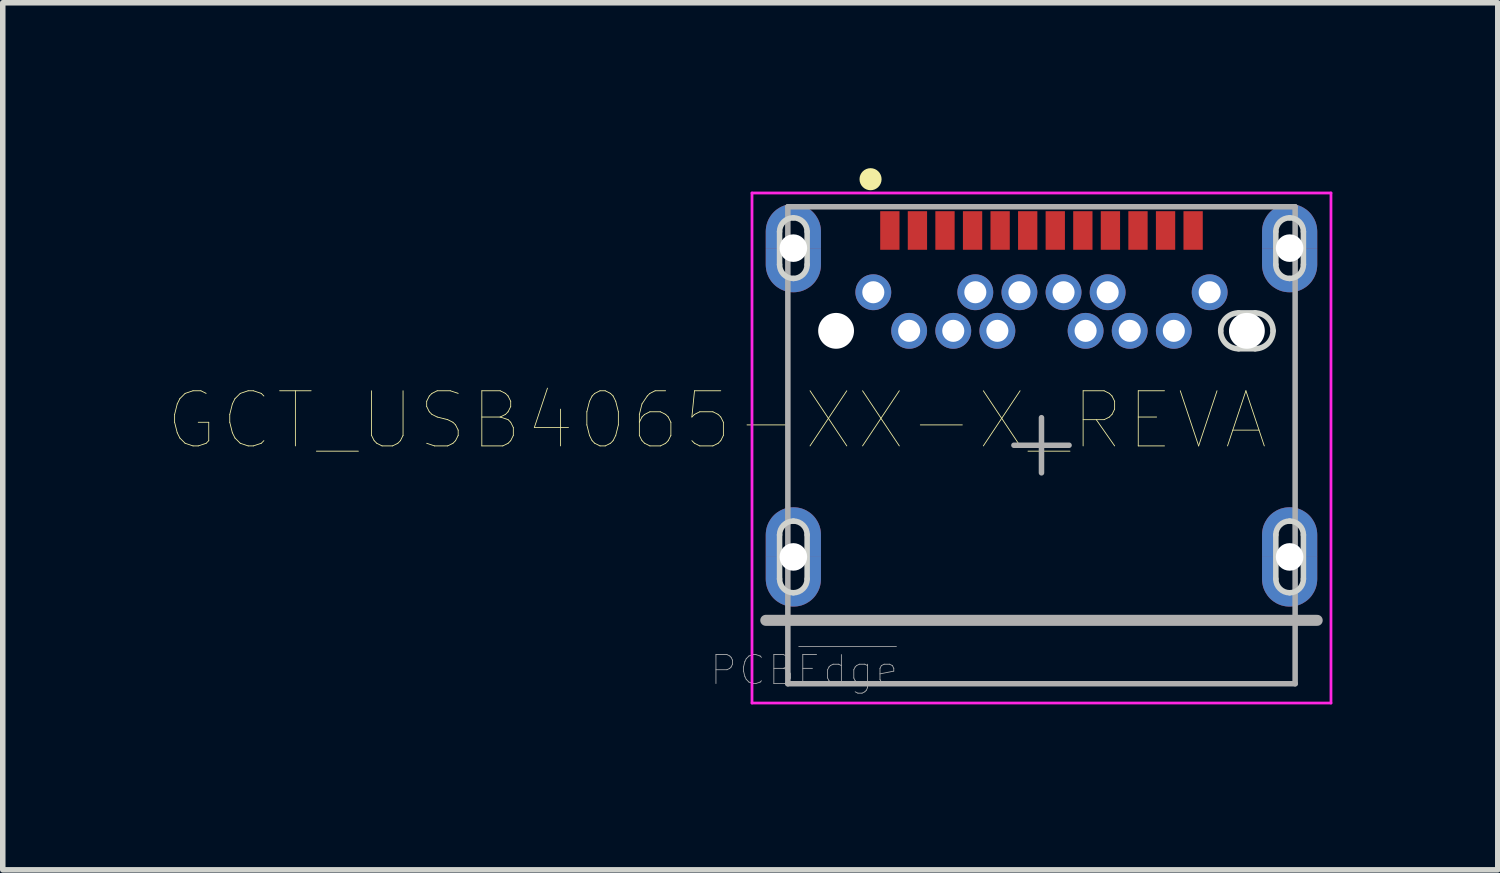
<source format=kicad_pcb>
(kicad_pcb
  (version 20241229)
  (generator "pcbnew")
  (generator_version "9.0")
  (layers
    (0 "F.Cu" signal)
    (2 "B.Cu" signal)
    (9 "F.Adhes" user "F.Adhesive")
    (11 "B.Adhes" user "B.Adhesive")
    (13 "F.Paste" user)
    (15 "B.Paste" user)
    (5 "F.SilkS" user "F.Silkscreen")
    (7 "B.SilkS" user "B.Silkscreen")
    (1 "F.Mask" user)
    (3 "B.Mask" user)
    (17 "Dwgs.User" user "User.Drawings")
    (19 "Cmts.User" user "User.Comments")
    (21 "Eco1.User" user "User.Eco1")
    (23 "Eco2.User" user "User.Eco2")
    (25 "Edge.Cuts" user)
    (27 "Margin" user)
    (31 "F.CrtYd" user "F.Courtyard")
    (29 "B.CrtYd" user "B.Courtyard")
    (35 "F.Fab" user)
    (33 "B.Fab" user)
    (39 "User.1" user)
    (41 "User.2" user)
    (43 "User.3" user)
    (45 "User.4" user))
  (footprint "GCT_USB4065-XX-X_REVA"
    (layer "F.Cu")
    (at 15.838 5.025)
    (property "Reference" "GCT_USB4065-XX-X_REVA" (at -5.888 -0.45 180) (layer "F.SilkS") (effects (font (size 1 1) (thickness 0.015))))
    (attr through_hole)
    (fp_poly (pts (xy -4.75 -3.575) (xy -5 -3.575) (xy -5 -3.275) (xy -4.999 -3.249) (xy -4.997 -3.223) (xy -4.994 -3.197) (xy -4.989 -3.171) (xy -4.983 -3.146) (xy -4.976 -3.12) (xy -4.967 -3.096) (xy -4.957 -3.072) (xy -4.946 -3.048) (xy -4.933 -3.025) (xy -4.919 -3.003) (xy -4.905 -2.981) (xy -4.889 -2.96) (xy -4.872 -2.94) (xy -4.854 -2.921) (xy -4.835 -2.903) (xy -4.815 -2.886) (xy -4.794 -2.87) (xy -4.772 -2.856) (xy -4.75 -2.842) (xy -4.727 -2.829) (xy -4.703 -2.818) (xy -4.679 -2.808) (xy -4.655 -2.799) (xy -4.629 -2.792) (xy -4.604 -2.786) (xy -4.578 -2.781) (xy -4.552 -2.778) (xy -4.526 -2.776) (xy -4.5 -2.775) (xy -4.474 -2.776) (xy -4.448 -2.778) (xy -4.422 -2.781) (xy -4.396 -2.786) (xy -4.371 -2.792) (xy -4.345 -2.799) (xy -4.321 -2.808) (xy -4.297 -2.818) (xy -4.273 -2.829) (xy -4.25 -2.842) (xy -4.228 -2.856) (xy -4.206 -2.87) (xy -4.185 -2.886) (xy -4.165 -2.903) (xy -4.146 -2.921) (xy -4.128 -2.94) (xy -4.111 -2.96) (xy -4.095 -2.981) (xy -4.081 -3.003) (xy -4.067 -3.025) (xy -4.054 -3.048) (xy -4.043 -3.072) (xy -4.033 -3.096) (xy -4.024 -3.12) (xy -4.017 -3.146) (xy -4.011 -3.171) (xy -4.006 -3.197) (xy -4.003 -3.223) (xy -4.001 -3.249) (xy -4 -3.275) (xy -4 -3.575) (xy -4.25 -3.575) (xy -4.25 -3.275) (xy -4.25 -3.262) (xy -4.251 -3.249) (xy -4.253 -3.236) (xy -4.255 -3.223) (xy -4.259 -3.21) (xy -4.262 -3.198) (xy -4.267 -3.185) (xy -4.272 -3.173) (xy -4.277 -3.162) (xy -4.283 -3.15) (xy -4.29 -3.139) (xy -4.298 -3.128) (xy -4.306 -3.118) (xy -4.314 -3.108) (xy -4.323 -3.098) (xy -4.333 -3.089) (xy -4.343 -3.081) (xy -4.353 -3.073) (xy -4.364 -3.065) (xy -4.375 -3.058) (xy -4.387 -3.052) (xy -4.398 -3.047) (xy -4.41 -3.042) (xy -4.423 -3.037) (xy -4.435 -3.034) (xy -4.448 -3.03) (xy -4.461 -3.028) (xy -4.474 -3.026) (xy -4.487 -3.025) (xy -4.5 -3.025) (xy -4.513 -3.025) (xy -4.526 -3.026) (xy -4.539 -3.028) (xy -4.552 -3.03) (xy -4.565 -3.034) (xy -4.577 -3.037) (xy -4.59 -3.042) (xy -4.602 -3.047) (xy -4.613 -3.052) (xy -4.625 -3.058) (xy -4.636 -3.065) (xy -4.647 -3.073) (xy -4.657 -3.081) (xy -4.667 -3.089) (xy -4.677 -3.098) (xy -4.686 -3.108) (xy -4.694 -3.118) (xy -4.702 -3.128) (xy -4.71 -3.139) (xy -4.717 -3.15) (xy -4.723 -3.162) (xy -4.728 -3.173) (xy -4.733 -3.185) (xy -4.738 -3.198) (xy -4.741 -3.21) (xy -4.745 -3.223) (xy -4.747 -3.236) (xy -4.749 -3.249) (xy -4.75 -3.262) (xy -4.75 -3.275) (xy -4.75 -3.575)) (stroke (width 0.001) (type solid)) (fill yes) (layer "F.Cu"))
    (fp_poly (pts (xy -4.75 2.025) (xy -5 2.025) (xy -5 2.425) (xy -4.999 2.451) (xy -4.997 2.477) (xy -4.994 2.503) (xy -4.989 2.529) (xy -4.983 2.554) (xy -4.976 2.58) (xy -4.967 2.604) (xy -4.957 2.628) (xy -4.946 2.652) (xy -4.933 2.675) (xy -4.919 2.697) (xy -4.905 2.719) (xy -4.889 2.74) (xy -4.872 2.76) (xy -4.854 2.779) (xy -4.835 2.797) (xy -4.815 2.814) (xy -4.794 2.83) (xy -4.772 2.844) (xy -4.75 2.858) (xy -4.727 2.871) (xy -4.703 2.882) (xy -4.679 2.892) (xy -4.655 2.901) (xy -4.629 2.908) (xy -4.604 2.914) (xy -4.578 2.919) (xy -4.552 2.922) (xy -4.526 2.924) (xy -4.5 2.925) (xy -4.474 2.924) (xy -4.448 2.922) (xy -4.422 2.919) (xy -4.396 2.914) (xy -4.371 2.908) (xy -4.345 2.901) (xy -4.321 2.892) (xy -4.297 2.882) (xy -4.273 2.871) (xy -4.25 2.858) (xy -4.228 2.844) (xy -4.206 2.83) (xy -4.185 2.814) (xy -4.165 2.797) (xy -4.146 2.779) (xy -4.128 2.76) (xy -4.111 2.74) (xy -4.095 2.719) (xy -4.081 2.697) (xy -4.067 2.675) (xy -4.054 2.652) (xy -4.043 2.628) (xy -4.033 2.604) (xy -4.024 2.58) (xy -4.017 2.554) (xy -4.011 2.529) (xy -4.006 2.503) (xy -4.003 2.477) (xy -4.001 2.451) (xy -4 2.425) (xy -4 2.025) (xy -4.25 2.025) (xy -4.25 2.425) (xy -4.25 2.438) (xy -4.251 2.451) (xy -4.253 2.464) (xy -4.255 2.477) (xy -4.259 2.49) (xy -4.262 2.502) (xy -4.267 2.515) (xy -4.272 2.527) (xy -4.277 2.538) (xy -4.283 2.55) (xy -4.29 2.561) (xy -4.298 2.572) (xy -4.306 2.582) (xy -4.314 2.592) (xy -4.323 2.602) (xy -4.333 2.611) (xy -4.343 2.619) (xy -4.353 2.627) (xy -4.364 2.635) (xy -4.375 2.642) (xy -4.387 2.648) (xy -4.398 2.653) (xy -4.41 2.658) (xy -4.423 2.663) (xy -4.435 2.666) (xy -4.448 2.67) (xy -4.461 2.672) (xy -4.474 2.674) (xy -4.487 2.675) (xy -4.5 2.675) (xy -4.513 2.675) (xy -4.526 2.674) (xy -4.539 2.672) (xy -4.552 2.67) (xy -4.565 2.666) (xy -4.577 2.663) (xy -4.59 2.658) (xy -4.602 2.653) (xy -4.613 2.648) (xy -4.625 2.642) (xy -4.636 2.635) (xy -4.647 2.627) (xy -4.657 2.619) (xy -4.667 2.611) (xy -4.677 2.602) (xy -4.686 2.592) (xy -4.694 2.582) (xy -4.702 2.572) (xy -4.71 2.561) (xy -4.717 2.55) (xy -4.723 2.538) (xy -4.728 2.527) (xy -4.733 2.515) (xy -4.738 2.502) (xy -4.741 2.49) (xy -4.745 2.477) (xy -4.747 2.464) (xy -4.749 2.451) (xy -4.75 2.438) (xy -4.75 2.425) (xy -4.75 2.025)) (stroke (width 0.001) (type solid)) (fill yes) (layer "F.Cu"))
    (fp_poly (pts (xy -4.25 -3.575) (xy -4 -3.575) (xy -4 -3.875) (xy -4.001 -3.901) (xy -4.003 -3.927) (xy -4.006 -3.953) (xy -4.011 -3.979) (xy -4.017 -4.004) (xy -4.024 -4.03) (xy -4.033 -4.054) (xy -4.043 -4.078) (xy -4.054 -4.102) (xy -4.067 -4.125) (xy -4.081 -4.147) (xy -4.095 -4.169) (xy -4.111 -4.19) (xy -4.128 -4.21) (xy -4.146 -4.229) (xy -4.165 -4.247) (xy -4.185 -4.264) (xy -4.206 -4.28) (xy -4.228 -4.294) (xy -4.25 -4.308) (xy -4.273 -4.321) (xy -4.297 -4.332) (xy -4.321 -4.342) (xy -4.345 -4.351) (xy -4.371 -4.358) (xy -4.396 -4.364) (xy -4.422 -4.369) (xy -4.448 -4.372) (xy -4.474 -4.374) (xy -4.5 -4.375) (xy -4.526 -4.374) (xy -4.552 -4.372) (xy -4.578 -4.369) (xy -4.604 -4.364) (xy -4.629 -4.358) (xy -4.655 -4.351) (xy -4.679 -4.342) (xy -4.703 -4.332) (xy -4.727 -4.321) (xy -4.75 -4.308) (xy -4.772 -4.294) (xy -4.794 -4.28) (xy -4.815 -4.264) (xy -4.835 -4.247) (xy -4.854 -4.229) (xy -4.872 -4.21) (xy -4.889 -4.19) (xy -4.905 -4.169) (xy -4.919 -4.147) (xy -4.933 -4.125) (xy -4.946 -4.102) (xy -4.957 -4.078) (xy -4.967 -4.054) (xy -4.976 -4.03) (xy -4.983 -4.004) (xy -4.989 -3.979) (xy -4.994 -3.953) (xy -4.997 -3.927) (xy -4.999 -3.901) (xy -5 -3.875) (xy -5 -3.575) (xy -4.75 -3.575) (xy -4.75 -3.875) (xy -4.75 -3.888) (xy -4.749 -3.901) (xy -4.747 -3.914) (xy -4.745 -3.927) (xy -4.741 -3.94) (xy -4.738 -3.952) (xy -4.733 -3.965) (xy -4.728 -3.977) (xy -4.723 -3.988) (xy -4.717 -4) (xy -4.71 -4.011) (xy -4.702 -4.022) (xy -4.694 -4.032) (xy -4.686 -4.042) (xy -4.677 -4.052) (xy -4.667 -4.061) (xy -4.657 -4.069) (xy -4.647 -4.077) (xy -4.636 -4.085) (xy -4.625 -4.092) (xy -4.613 -4.098) (xy -4.602 -4.103) (xy -4.59 -4.108) (xy -4.577 -4.113) (xy -4.565 -4.116) (xy -4.552 -4.12) (xy -4.539 -4.122) (xy -4.526 -4.124) (xy -4.513 -4.125) (xy -4.5 -4.125) (xy -4.487 -4.125) (xy -4.474 -4.124) (xy -4.461 -4.122) (xy -4.448 -4.12) (xy -4.435 -4.116) (xy -4.423 -4.113) (xy -4.41 -4.108) (xy -4.398 -4.103) (xy -4.387 -4.098) (xy -4.375 -4.092) (xy -4.364 -4.085) (xy -4.353 -4.077) (xy -4.343 -4.069) (xy -4.333 -4.061) (xy -4.323 -4.052) (xy -4.314 -4.042) (xy -4.306 -4.032) (xy -4.298 -4.022) (xy -4.29 -4.011) (xy -4.283 -4) (xy -4.277 -3.988) (xy -4.272 -3.977) (xy -4.267 -3.965) (xy -4.262 -3.952) (xy -4.259 -3.94) (xy -4.255 -3.927) (xy -4.253 -3.914) (xy -4.251 -3.901) (xy -4.25 -3.888) (xy -4.25 -3.875) (xy -4.25 -3.575)) (stroke (width 0.001) (type solid)) (fill yes) (layer "F.Cu"))
    (fp_poly (pts (xy -4.25 2.025) (xy -4 2.025) (xy -4 1.625) (xy -4.001 1.599) (xy -4.003 1.573) (xy -4.006 1.547) (xy -4.011 1.521) (xy -4.017 1.496) (xy -4.024 1.47) (xy -4.033 1.446) (xy -4.043 1.422) (xy -4.054 1.398) (xy -4.067 1.375) (xy -4.081 1.353) (xy -4.095 1.331) (xy -4.111 1.31) (xy -4.128 1.29) (xy -4.146 1.271) (xy -4.165 1.253) (xy -4.185 1.236) (xy -4.206 1.22) (xy -4.228 1.206) (xy -4.25 1.192) (xy -4.273 1.179) (xy -4.297 1.168) (xy -4.321 1.158) (xy -4.345 1.149) (xy -4.371 1.142) (xy -4.396 1.136) (xy -4.422 1.131) (xy -4.448 1.128) (xy -4.474 1.126) (xy -4.5 1.125) (xy -4.526 1.126) (xy -4.552 1.128) (xy -4.578 1.131) (xy -4.604 1.136) (xy -4.629 1.142) (xy -4.655 1.149) (xy -4.679 1.158) (xy -4.703 1.168) (xy -4.727 1.179) (xy -4.75 1.192) (xy -4.772 1.206) (xy -4.794 1.22) (xy -4.815 1.236) (xy -4.835 1.253) (xy -4.854 1.271) (xy -4.872 1.29) (xy -4.889 1.31) (xy -4.905 1.331) (xy -4.919 1.353) (xy -4.933 1.375) (xy -4.946 1.398) (xy -4.957 1.422) (xy -4.967 1.446) (xy -4.976 1.47) (xy -4.983 1.496) (xy -4.989 1.521) (xy -4.994 1.547) (xy -4.997 1.573) (xy -4.999 1.599) (xy -5 1.625) (xy -5 2.025) (xy -4.75 2.025) (xy -4.75 1.625) (xy -4.75 1.612) (xy -4.749 1.599) (xy -4.747 1.586) (xy -4.745 1.573) (xy -4.741 1.56) (xy -4.738 1.548) (xy -4.733 1.535) (xy -4.728 1.523) (xy -4.723 1.512) (xy -4.717 1.5) (xy -4.71 1.489) (xy -4.702 1.478) (xy -4.694 1.468) (xy -4.686 1.458) (xy -4.677 1.448) (xy -4.667 1.439) (xy -4.657 1.431) (xy -4.647 1.423) (xy -4.636 1.415) (xy -4.625 1.408) (xy -4.613 1.402) (xy -4.602 1.397) (xy -4.59 1.392) (xy -4.577 1.387) (xy -4.565 1.384) (xy -4.552 1.38) (xy -4.539 1.378) (xy -4.526 1.376) (xy -4.513 1.375) (xy -4.5 1.375) (xy -4.487 1.375) (xy -4.474 1.376) (xy -4.461 1.378) (xy -4.448 1.38) (xy -4.435 1.384) (xy -4.423 1.387) (xy -4.41 1.392) (xy -4.398 1.397) (xy -4.387 1.402) (xy -4.375 1.408) (xy -4.364 1.415) (xy -4.353 1.423) (xy -4.343 1.431) (xy -4.333 1.439) (xy -4.323 1.448) (xy -4.314 1.458) (xy -4.306 1.468) (xy -4.298 1.478) (xy -4.29 1.489) (xy -4.283 1.5) (xy -4.277 1.512) (xy -4.272 1.523) (xy -4.267 1.535) (xy -4.262 1.548) (xy -4.259 1.56) (xy -4.255 1.573) (xy -4.253 1.586) (xy -4.251 1.599) (xy -4.25 1.612) (xy -4.25 1.625) (xy -4.25 2.025)) (stroke (width 0.001) (type solid)) (fill yes) (layer "F.Cu"))
    (fp_poly (pts (xy 4.25 -3.575) (xy 4 -3.575) (xy 4 -3.275) (xy 4.001 -3.249) (xy 4.003 -3.223) (xy 4.006 -3.197) (xy 4.011 -3.171) (xy 4.017 -3.146) (xy 4.024 -3.12) (xy 4.033 -3.096) (xy 4.043 -3.072) (xy 4.054 -3.048) (xy 4.067 -3.025) (xy 4.081 -3.003) (xy 4.095 -2.981) (xy 4.111 -2.96) (xy 4.128 -2.94) (xy 4.146 -2.921) (xy 4.165 -2.903) (xy 4.185 -2.886) (xy 4.206 -2.87) (xy 4.228 -2.856) (xy 4.25 -2.842) (xy 4.273 -2.829) (xy 4.297 -2.818) (xy 4.321 -2.808) (xy 4.345 -2.799) (xy 4.371 -2.792) (xy 4.396 -2.786) (xy 4.422 -2.781) (xy 4.448 -2.778) (xy 4.474 -2.776) (xy 4.5 -2.775) (xy 4.526 -2.776) (xy 4.552 -2.778) (xy 4.578 -2.781) (xy 4.604 -2.786) (xy 4.629 -2.792) (xy 4.655 -2.799) (xy 4.679 -2.808) (xy 4.703 -2.818) (xy 4.727 -2.829) (xy 4.75 -2.842) (xy 4.772 -2.856) (xy 4.794 -2.87) (xy 4.815 -2.886) (xy 4.835 -2.903) (xy 4.854 -2.921) (xy 4.872 -2.94) (xy 4.889 -2.96) (xy 4.905 -2.981) (xy 4.919 -3.003) (xy 4.933 -3.025) (xy 4.946 -3.048) (xy 4.957 -3.072) (xy 4.967 -3.096) (xy 4.976 -3.12) (xy 4.983 -3.146) (xy 4.989 -3.171) (xy 4.994 -3.197) (xy 4.997 -3.223) (xy 4.999 -3.249) (xy 5 -3.275) (xy 5 -3.575) (xy 4.75 -3.575) (xy 4.75 -3.275) (xy 4.75 -3.262) (xy 4.749 -3.249) (xy 4.747 -3.236) (xy 4.745 -3.223) (xy 4.741 -3.21) (xy 4.738 -3.198) (xy 4.733 -3.185) (xy 4.728 -3.173) (xy 4.723 -3.162) (xy 4.717 -3.15) (xy 4.71 -3.139) (xy 4.702 -3.128) (xy 4.694 -3.118) (xy 4.686 -3.108) (xy 4.677 -3.098) (xy 4.667 -3.089) (xy 4.657 -3.081) (xy 4.647 -3.073) (xy 4.636 -3.065) (xy 4.625 -3.058) (xy 4.613 -3.052) (xy 4.602 -3.047) (xy 4.59 -3.042) (xy 4.577 -3.037) (xy 4.565 -3.034) (xy 4.552 -3.03) (xy 4.539 -3.028) (xy 4.526 -3.026) (xy 4.513 -3.025) (xy 4.5 -3.025) (xy 4.487 -3.025) (xy 4.474 -3.026) (xy 4.461 -3.028) (xy 4.448 -3.03) (xy 4.435 -3.034) (xy 4.423 -3.037) (xy 4.41 -3.042) (xy 4.398 -3.047) (xy 4.387 -3.052) (xy 4.375 -3.058) (xy 4.364 -3.065) (xy 4.353 -3.073) (xy 4.343 -3.081) (xy 4.333 -3.089) (xy 4.323 -3.098) (xy 4.314 -3.108) (xy 4.306 -3.118) (xy 4.298 -3.128) (xy 4.29 -3.139) (xy 4.283 -3.15) (xy 4.277 -3.162) (xy 4.272 -3.173) (xy 4.267 -3.185) (xy 4.262 -3.198) (xy 4.259 -3.21) (xy 4.255 -3.223) (xy 4.253 -3.236) (xy 4.251 -3.249) (xy 4.25 -3.262) (xy 4.25 -3.275) (xy 4.25 -3.575)) (stroke (width 0.001) (type solid)) (fill yes) (layer "F.Cu"))
    (fp_poly (pts (xy 4.25 2.025) (xy 4 2.025) (xy 4 2.425) (xy 4.001 2.451) (xy 4.003 2.477) (xy 4.006 2.503) (xy 4.011 2.529) (xy 4.017 2.554) (xy 4.024 2.58) (xy 4.033 2.604) (xy 4.043 2.628) (xy 4.054 2.652) (xy 4.067 2.675) (xy 4.081 2.697) (xy 4.095 2.719) (xy 4.111 2.74) (xy 4.128 2.76) (xy 4.146 2.779) (xy 4.165 2.797) (xy 4.185 2.814) (xy 4.206 2.83) (xy 4.228 2.844) (xy 4.25 2.858) (xy 4.273 2.871) (xy 4.297 2.882) (xy 4.321 2.892) (xy 4.345 2.901) (xy 4.371 2.908) (xy 4.396 2.914) (xy 4.422 2.919) (xy 4.448 2.922) (xy 4.474 2.924) (xy 4.5 2.925) (xy 4.526 2.924) (xy 4.552 2.922) (xy 4.578 2.919) (xy 4.604 2.914) (xy 4.629 2.908) (xy 4.655 2.901) (xy 4.679 2.892) (xy 4.703 2.882) (xy 4.727 2.871) (xy 4.75 2.858) (xy 4.772 2.844) (xy 4.794 2.83) (xy 4.815 2.814) (xy 4.835 2.797) (xy 4.854 2.779) (xy 4.872 2.76) (xy 4.889 2.74) (xy 4.905 2.719) (xy 4.919 2.697) (xy 4.933 2.675) (xy 4.946 2.652) (xy 4.957 2.628) (xy 4.967 2.604) (xy 4.976 2.58) (xy 4.983 2.554) (xy 4.989 2.529) (xy 4.994 2.503) (xy 4.997 2.477) (xy 4.999 2.451) (xy 5 2.425) (xy 5 2.025) (xy 4.75 2.025) (xy 4.75 2.425) (xy 4.75 2.438) (xy 4.749 2.451) (xy 4.747 2.464) (xy 4.745 2.477) (xy 4.741 2.49) (xy 4.738 2.502) (xy 4.733 2.515) (xy 4.728 2.527) (xy 4.723 2.538) (xy 4.717 2.55) (xy 4.71 2.561) (xy 4.702 2.572) (xy 4.694 2.582) (xy 4.686 2.592) (xy 4.677 2.602) (xy 4.667 2.611) (xy 4.657 2.619) (xy 4.647 2.627) (xy 4.636 2.635) (xy 4.625 2.642) (xy 4.613 2.648) (xy 4.602 2.653) (xy 4.59 2.658) (xy 4.577 2.663) (xy 4.565 2.666) (xy 4.552 2.67) (xy 4.539 2.672) (xy 4.526 2.674) (xy 4.513 2.675) (xy 4.5 2.675) (xy 4.487 2.675) (xy 4.474 2.674) (xy 4.461 2.672) (xy 4.448 2.67) (xy 4.435 2.666) (xy 4.423 2.663) (xy 4.41 2.658) (xy 4.398 2.653) (xy 4.387 2.648) (xy 4.375 2.642) (xy 4.364 2.635) (xy 4.353 2.627) (xy 4.343 2.619) (xy 4.333 2.611) (xy 4.323 2.602) (xy 4.314 2.592) (xy 4.306 2.582) (xy 4.298 2.572) (xy 4.29 2.561) (xy 4.283 2.55) (xy 4.277 2.538) (xy 4.272 2.527) (xy 4.267 2.515) (xy 4.262 2.502) (xy 4.259 2.49) (xy 4.255 2.477) (xy 4.253 2.464) (xy 4.251 2.451) (xy 4.25 2.438) (xy 4.25 2.425) (xy 4.25 2.025)) (stroke (width 0.001) (type solid)) (fill yes) (layer "F.Cu"))
    (fp_poly (pts (xy 4.75 -3.575) (xy 5 -3.575) (xy 5 -3.875) (xy 4.999 -3.901) (xy 4.997 -3.927) (xy 4.994 -3.953) (xy 4.989 -3.979) (xy 4.983 -4.004) (xy 4.976 -4.03) (xy 4.967 -4.054) (xy 4.957 -4.078) (xy 4.946 -4.102) (xy 4.933 -4.125) (xy 4.919 -4.147) (xy 4.905 -4.169) (xy 4.889 -4.19) (xy 4.872 -4.21) (xy 4.854 -4.229) (xy 4.835 -4.247) (xy 4.815 -4.264) (xy 4.794 -4.28) (xy 4.772 -4.294) (xy 4.75 -4.308) (xy 4.727 -4.321) (xy 4.703 -4.332) (xy 4.679 -4.342) (xy 4.655 -4.351) (xy 4.629 -4.358) (xy 4.604 -4.364) (xy 4.578 -4.369) (xy 4.552 -4.372) (xy 4.526 -4.374) (xy 4.5 -4.375) (xy 4.474 -4.374) (xy 4.448 -4.372) (xy 4.422 -4.369) (xy 4.396 -4.364) (xy 4.371 -4.358) (xy 4.345 -4.351) (xy 4.321 -4.342) (xy 4.297 -4.332) (xy 4.273 -4.321) (xy 4.25 -4.308) (xy 4.228 -4.294) (xy 4.206 -4.28) (xy 4.185 -4.264) (xy 4.165 -4.247) (xy 4.146 -4.229) (xy 4.128 -4.21) (xy 4.111 -4.19) (xy 4.095 -4.169) (xy 4.081 -4.147) (xy 4.067 -4.125) (xy 4.054 -4.102) (xy 4.043 -4.078) (xy 4.033 -4.054) (xy 4.024 -4.03) (xy 4.017 -4.004) (xy 4.011 -3.979) (xy 4.006 -3.953) (xy 4.003 -3.927) (xy 4.001 -3.901) (xy 4 -3.875) (xy 4 -3.575) (xy 4.25 -3.575) (xy 4.25 -3.875) (xy 4.25 -3.888) (xy 4.251 -3.901) (xy 4.253 -3.914) (xy 4.255 -3.927) (xy 4.259 -3.94) (xy 4.262 -3.952) (xy 4.267 -3.965) (xy 4.272 -3.977) (xy 4.277 -3.988) (xy 4.283 -4) (xy 4.29 -4.011) (xy 4.298 -4.022) (xy 4.306 -4.032) (xy 4.314 -4.042) (xy 4.323 -4.052) (xy 4.333 -4.061) (xy 4.343 -4.069) (xy 4.353 -4.077) (xy 4.364 -4.085) (xy 4.375 -4.092) (xy 4.387 -4.098) (xy 4.398 -4.103) (xy 4.41 -4.108) (xy 4.423 -4.113) (xy 4.435 -4.116) (xy 4.448 -4.12) (xy 4.461 -4.122) (xy 4.474 -4.124) (xy 4.487 -4.125) (xy 4.5 -4.125) (xy 4.513 -4.125) (xy 4.526 -4.124) (xy 4.539 -4.122) (xy 4.552 -4.12) (xy 4.565 -4.116) (xy 4.577 -4.113) (xy 4.59 -4.108) (xy 4.602 -4.103) (xy 4.613 -4.098) (xy 4.625 -4.092) (xy 4.636 -4.085) (xy 4.647 -4.077) (xy 4.657 -4.069) (xy 4.667 -4.061) (xy 4.677 -4.052) (xy 4.686 -4.042) (xy 4.694 -4.032) (xy 4.702 -4.022) (xy 4.71 -4.011) (xy 4.717 -4) (xy 4.723 -3.988) (xy 4.728 -3.977) (xy 4.733 -3.965) (xy 4.738 -3.952) (xy 4.741 -3.94) (xy 4.745 -3.927) (xy 4.747 -3.914) (xy 4.749 -3.901) (xy 4.75 -3.888) (xy 4.75 -3.875) (xy 4.75 -3.575)) (stroke (width 0.001) (type solid)) (fill yes) (layer "F.Cu"))
    (fp_poly (pts (xy 4.75 2.025) (xy 5 2.025) (xy 5 1.625) (xy 4.999 1.599) (xy 4.997 1.573) (xy 4.994 1.547) (xy 4.989 1.521) (xy 4.983 1.496) (xy 4.976 1.47) (xy 4.967 1.446) (xy 4.957 1.422) (xy 4.946 1.398) (xy 4.933 1.375) (xy 4.919 1.353) (xy 4.905 1.331) (xy 4.889 1.31) (xy 4.872 1.29) (xy 4.854 1.271) (xy 4.835 1.253) (xy 4.815 1.236) (xy 4.794 1.22) (xy 4.772 1.206) (xy 4.75 1.192) (xy 4.727 1.179) (xy 4.703 1.168) (xy 4.679 1.158) (xy 4.655 1.149) (xy 4.629 1.142) (xy 4.604 1.136) (xy 4.578 1.131) (xy 4.552 1.128) (xy 4.526 1.126) (xy 4.5 1.125) (xy 4.474 1.126) (xy 4.448 1.128) (xy 4.422 1.131) (xy 4.396 1.136) (xy 4.371 1.142) (xy 4.345 1.149) (xy 4.321 1.158) (xy 4.297 1.168) (xy 4.273 1.179) (xy 4.25 1.192) (xy 4.228 1.206) (xy 4.206 1.22) (xy 4.185 1.236) (xy 4.165 1.253) (xy 4.146 1.271) (xy 4.128 1.29) (xy 4.111 1.31) (xy 4.095 1.331) (xy 4.081 1.353) (xy 4.067 1.375) (xy 4.054 1.398) (xy 4.043 1.422) (xy 4.033 1.446) (xy 4.024 1.47) (xy 4.017 1.496) (xy 4.011 1.521) (xy 4.006 1.547) (xy 4.003 1.573) (xy 4.001 1.599) (xy 4 1.625) (xy 4 2.025) (xy 4.25 2.025) (xy 4.25 1.625) (xy 4.25 1.612) (xy 4.251 1.599) (xy 4.253 1.586) (xy 4.255 1.573) (xy 4.259 1.56) (xy 4.262 1.548) (xy 4.267 1.535) (xy 4.272 1.523) (xy 4.277 1.512) (xy 4.283 1.5) (xy 4.29 1.489) (xy 4.298 1.478) (xy 4.306 1.468) (xy 4.314 1.458) (xy 4.323 1.448) (xy 4.333 1.439) (xy 4.343 1.431) (xy 4.353 1.423) (xy 4.364 1.415) (xy 4.375 1.408) (xy 4.387 1.402) (xy 4.398 1.397) (xy 4.41 1.392) (xy 4.423 1.387) (xy 4.435 1.384) (xy 4.448 1.38) (xy 4.461 1.378) (xy 4.474 1.376) (xy 4.487 1.375) (xy 4.5 1.375) (xy 4.513 1.375) (xy 4.526 1.376) (xy 4.539 1.378) (xy 4.552 1.38) (xy 4.565 1.384) (xy 4.577 1.387) (xy 4.59 1.392) (xy 4.602 1.397) (xy 4.613 1.402) (xy 4.625 1.408) (xy 4.636 1.415) (xy 4.647 1.423) (xy 4.657 1.431) (xy 4.667 1.439) (xy 4.677 1.448) (xy 4.686 1.458) (xy 4.694 1.468) (xy 4.702 1.478) (xy 4.71 1.489) (xy 4.717 1.5) (xy 4.723 1.512) (xy 4.728 1.523) (xy 4.733 1.535) (xy 4.738 1.548) (xy 4.741 1.56) (xy 4.745 1.573) (xy 4.747 1.586) (xy 4.749 1.599) (xy 4.75 1.612) (xy 4.75 1.625) (xy 4.75 2.025)) (stroke (width 0.001) (type solid)) (fill yes) (layer "F.Cu"))
    (fp_poly (pts (xy -5.102 -4.475) (xy -3.9 -4.475) (xy -3.9 -2.676) (xy -5.102 -2.676)) (stroke (width 0.01) (type solid)) (fill yes) (layer "F.Mask"))
    (fp_poly (pts (xy -5.1 1.025) (xy -3.9 1.025) (xy -3.9 3.025) (xy -5.1 3.025)) (stroke (width 0.01) (type solid)) (fill yes) (layer "F.Mask"))
    (fp_poly (pts (xy 3.155 -2.5) (xy 4.3 -2.5) (xy 4.3 -1.653) (xy 3.155 -1.653)) (stroke (width 0.01) (type solid)) (fill yes) (layer "F.Mask"))
    (fp_poly (pts (xy 3.9 1.025) (xy 5.1 1.025) (xy 5.1 3.025) (xy 3.9 3.025)) (stroke (width 0.01) (type solid)) (fill yes) (layer "F.Mask"))
    (fp_poly (pts (xy 3.903 -4.475) (xy 5.1 -4.475) (xy 5.1 -2.677) (xy 3.903 -2.677)) (stroke (width 0.01) (type solid)) (fill yes) (layer "F.Mask"))
    (fp_poly (pts (xy -4.75 -3.575) (xy -5 -3.575) (xy -5 -3.275) (xy -4.999 -3.249) (xy -4.997 -3.223) (xy -4.994 -3.197) (xy -4.989 -3.171) (xy -4.983 -3.146) (xy -4.976 -3.12) (xy -4.967 -3.096) (xy -4.957 -3.072) (xy -4.946 -3.048) (xy -4.933 -3.025) (xy -4.919 -3.003) (xy -4.905 -2.981) (xy -4.889 -2.96) (xy -4.872 -2.94) (xy -4.854 -2.921) (xy -4.835 -2.903) (xy -4.815 -2.886) (xy -4.794 -2.87) (xy -4.772 -2.856) (xy -4.75 -2.842) (xy -4.727 -2.829) (xy -4.703 -2.818) (xy -4.679 -2.808) (xy -4.655 -2.799) (xy -4.629 -2.792) (xy -4.604 -2.786) (xy -4.578 -2.781) (xy -4.552 -2.778) (xy -4.526 -2.776) (xy -4.5 -2.775) (xy -4.474 -2.776) (xy -4.448 -2.778) (xy -4.422 -2.781) (xy -4.396 -2.786) (xy -4.371 -2.792) (xy -4.345 -2.799) (xy -4.321 -2.808) (xy -4.297 -2.818) (xy -4.273 -2.829) (xy -4.25 -2.842) (xy -4.228 -2.856) (xy -4.206 -2.87) (xy -4.185 -2.886) (xy -4.165 -2.903) (xy -4.146 -2.921) (xy -4.128 -2.94) (xy -4.111 -2.96) (xy -4.095 -2.981) (xy -4.081 -3.003) (xy -4.067 -3.025) (xy -4.054 -3.048) (xy -4.043 -3.072) (xy -4.033 -3.096) (xy -4.024 -3.12) (xy -4.017 -3.146) (xy -4.011 -3.171) (xy -4.006 -3.197) (xy -4.003 -3.223) (xy -4.001 -3.249) (xy -4 -3.275) (xy -4 -3.575) (xy -4.25 -3.575) (xy -4.25 -3.275) (xy -4.25 -3.262) (xy -4.251 -3.249) (xy -4.253 -3.236) (xy -4.255 -3.223) (xy -4.259 -3.21) (xy -4.262 -3.198) (xy -4.267 -3.185) (xy -4.272 -3.173) (xy -4.277 -3.162) (xy -4.283 -3.15) (xy -4.29 -3.139) (xy -4.298 -3.128) (xy -4.306 -3.118) (xy -4.314 -3.108) (xy -4.323 -3.098) (xy -4.333 -3.089) (xy -4.343 -3.081) (xy -4.353 -3.073) (xy -4.364 -3.065) (xy -4.375 -3.058) (xy -4.387 -3.052) (xy -4.398 -3.047) (xy -4.41 -3.042) (xy -4.423 -3.037) (xy -4.435 -3.034) (xy -4.448 -3.03) (xy -4.461 -3.028) (xy -4.474 -3.026) (xy -4.487 -3.025) (xy -4.5 -3.025) (xy -4.513 -3.025) (xy -4.526 -3.026) (xy -4.539 -3.028) (xy -4.552 -3.03) (xy -4.565 -3.034) (xy -4.577 -3.037) (xy -4.59 -3.042) (xy -4.602 -3.047) (xy -4.613 -3.052) (xy -4.625 -3.058) (xy -4.636 -3.065) (xy -4.647 -3.073) (xy -4.657 -3.081) (xy -4.667 -3.089) (xy -4.677 -3.098) (xy -4.686 -3.108) (xy -4.694 -3.118) (xy -4.702 -3.128) (xy -4.71 -3.139) (xy -4.717 -3.15) (xy -4.723 -3.162) (xy -4.728 -3.173) (xy -4.733 -3.185) (xy -4.738 -3.198) (xy -4.741 -3.21) (xy -4.745 -3.223) (xy -4.747 -3.236) (xy -4.749 -3.249) (xy -4.75 -3.262) (xy -4.75 -3.275) (xy -4.75 -3.575)) (stroke (width 0.001) (type solid)) (fill yes) (layer "B.Cu"))
    (fp_poly (pts (xy -4.75 2.025) (xy -5 2.025) (xy -5 2.425) (xy -4.999 2.451) (xy -4.997 2.477) (xy -4.994 2.503) (xy -4.989 2.529) (xy -4.983 2.554) (xy -4.976 2.58) (xy -4.967 2.604) (xy -4.957 2.628) (xy -4.946 2.652) (xy -4.933 2.675) (xy -4.919 2.697) (xy -4.905 2.719) (xy -4.889 2.74) (xy -4.872 2.76) (xy -4.854 2.779) (xy -4.835 2.797) (xy -4.815 2.814) (xy -4.794 2.83) (xy -4.772 2.844) (xy -4.75 2.858) (xy -4.727 2.871) (xy -4.703 2.882) (xy -4.679 2.892) (xy -4.655 2.901) (xy -4.629 2.908) (xy -4.604 2.914) (xy -4.578 2.919) (xy -4.552 2.922) (xy -4.526 2.924) (xy -4.5 2.925) (xy -4.474 2.924) (xy -4.448 2.922) (xy -4.422 2.919) (xy -4.396 2.914) (xy -4.371 2.908) (xy -4.345 2.901) (xy -4.321 2.892) (xy -4.297 2.882) (xy -4.273 2.871) (xy -4.25 2.858) (xy -4.228 2.844) (xy -4.206 2.83) (xy -4.185 2.814) (xy -4.165 2.797) (xy -4.146 2.779) (xy -4.128 2.76) (xy -4.111 2.74) (xy -4.095 2.719) (xy -4.081 2.697) (xy -4.067 2.675) (xy -4.054 2.652) (xy -4.043 2.628) (xy -4.033 2.604) (xy -4.024 2.58) (xy -4.017 2.554) (xy -4.011 2.529) (xy -4.006 2.503) (xy -4.003 2.477) (xy -4.001 2.451) (xy -4 2.425) (xy -4 2.025) (xy -4.25 2.025) (xy -4.25 2.425) (xy -4.25 2.438) (xy -4.251 2.451) (xy -4.253 2.464) (xy -4.255 2.477) (xy -4.259 2.49) (xy -4.262 2.502) (xy -4.267 2.515) (xy -4.272 2.527) (xy -4.277 2.538) (xy -4.283 2.55) (xy -4.29 2.561) (xy -4.298 2.572) (xy -4.306 2.582) (xy -4.314 2.592) (xy -4.323 2.602) (xy -4.333 2.611) (xy -4.343 2.619) (xy -4.353 2.627) (xy -4.364 2.635) (xy -4.375 2.642) (xy -4.387 2.648) (xy -4.398 2.653) (xy -4.41 2.658) (xy -4.423 2.663) (xy -4.435 2.666) (xy -4.448 2.67) (xy -4.461 2.672) (xy -4.474 2.674) (xy -4.487 2.675) (xy -4.5 2.675) (xy -4.513 2.675) (xy -4.526 2.674) (xy -4.539 2.672) (xy -4.552 2.67) (xy -4.565 2.666) (xy -4.577 2.663) (xy -4.59 2.658) (xy -4.602 2.653) (xy -4.613 2.648) (xy -4.625 2.642) (xy -4.636 2.635) (xy -4.647 2.627) (xy -4.657 2.619) (xy -4.667 2.611) (xy -4.677 2.602) (xy -4.686 2.592) (xy -4.694 2.582) (xy -4.702 2.572) (xy -4.71 2.561) (xy -4.717 2.55) (xy -4.723 2.538) (xy -4.728 2.527) (xy -4.733 2.515) (xy -4.738 2.502) (xy -4.741 2.49) (xy -4.745 2.477) (xy -4.747 2.464) (xy -4.749 2.451) (xy -4.75 2.438) (xy -4.75 2.425) (xy -4.75 2.025)) (stroke (width 0.001) (type solid)) (fill yes) (layer "B.Cu"))
    (fp_poly (pts (xy -4.25 -3.575) (xy -4 -3.575) (xy -4 -3.875) (xy -4.001 -3.901) (xy -4.003 -3.927) (xy -4.006 -3.953) (xy -4.011 -3.979) (xy -4.017 -4.004) (xy -4.024 -4.03) (xy -4.033 -4.054) (xy -4.043 -4.078) (xy -4.054 -4.102) (xy -4.067 -4.125) (xy -4.081 -4.147) (xy -4.095 -4.169) (xy -4.111 -4.19) (xy -4.128 -4.21) (xy -4.146 -4.229) (xy -4.165 -4.247) (xy -4.185 -4.264) (xy -4.206 -4.28) (xy -4.228 -4.294) (xy -4.25 -4.308) (xy -4.273 -4.321) (xy -4.297 -4.332) (xy -4.321 -4.342) (xy -4.345 -4.351) (xy -4.371 -4.358) (xy -4.396 -4.364) (xy -4.422 -4.369) (xy -4.448 -4.372) (xy -4.474 -4.374) (xy -4.5 -4.375) (xy -4.526 -4.374) (xy -4.552 -4.372) (xy -4.578 -4.369) (xy -4.604 -4.364) (xy -4.629 -4.358) (xy -4.655 -4.351) (xy -4.679 -4.342) (xy -4.703 -4.332) (xy -4.727 -4.321) (xy -4.75 -4.308) (xy -4.772 -4.294) (xy -4.794 -4.28) (xy -4.815 -4.264) (xy -4.835 -4.247) (xy -4.854 -4.229) (xy -4.872 -4.21) (xy -4.889 -4.19) (xy -4.905 -4.169) (xy -4.919 -4.147) (xy -4.933 -4.125) (xy -4.946 -4.102) (xy -4.957 -4.078) (xy -4.967 -4.054) (xy -4.976 -4.03) (xy -4.983 -4.004) (xy -4.989 -3.979) (xy -4.994 -3.953) (xy -4.997 -3.927) (xy -4.999 -3.901) (xy -5 -3.875) (xy -5 -3.575) (xy -4.75 -3.575) (xy -4.75 -3.875) (xy -4.75 -3.888) (xy -4.749 -3.901) (xy -4.747 -3.914) (xy -4.745 -3.927) (xy -4.741 -3.94) (xy -4.738 -3.952) (xy -4.733 -3.965) (xy -4.728 -3.977) (xy -4.723 -3.988) (xy -4.717 -4) (xy -4.71 -4.011) (xy -4.702 -4.022) (xy -4.694 -4.032) (xy -4.686 -4.042) (xy -4.677 -4.052) (xy -4.667 -4.061) (xy -4.657 -4.069) (xy -4.647 -4.077) (xy -4.636 -4.085) (xy -4.625 -4.092) (xy -4.613 -4.098) (xy -4.602 -4.103) (xy -4.59 -4.108) (xy -4.577 -4.113) (xy -4.565 -4.116) (xy -4.552 -4.12) (xy -4.539 -4.122) (xy -4.526 -4.124) (xy -4.513 -4.125) (xy -4.5 -4.125) (xy -4.487 -4.125) (xy -4.474 -4.124) (xy -4.461 -4.122) (xy -4.448 -4.12) (xy -4.435 -4.116) (xy -4.423 -4.113) (xy -4.41 -4.108) (xy -4.398 -4.103) (xy -4.387 -4.098) (xy -4.375 -4.092) (xy -4.364 -4.085) (xy -4.353 -4.077) (xy -4.343 -4.069) (xy -4.333 -4.061) (xy -4.323 -4.052) (xy -4.314 -4.042) (xy -4.306 -4.032) (xy -4.298 -4.022) (xy -4.29 -4.011) (xy -4.283 -4) (xy -4.277 -3.988) (xy -4.272 -3.977) (xy -4.267 -3.965) (xy -4.262 -3.952) (xy -4.259 -3.94) (xy -4.255 -3.927) (xy -4.253 -3.914) (xy -4.251 -3.901) (xy -4.25 -3.888) (xy -4.25 -3.875) (xy -4.25 -3.575)) (stroke (width 0.001) (type solid)) (fill yes) (layer "B.Cu"))
    (fp_poly (pts (xy -4.25 2.025) (xy -4 2.025) (xy -4 1.625) (xy -4.001 1.599) (xy -4.003 1.573) (xy -4.006 1.547) (xy -4.011 1.521) (xy -4.017 1.496) (xy -4.024 1.47) (xy -4.033 1.446) (xy -4.043 1.422) (xy -4.054 1.398) (xy -4.067 1.375) (xy -4.081 1.353) (xy -4.095 1.331) (xy -4.111 1.31) (xy -4.128 1.29) (xy -4.146 1.271) (xy -4.165 1.253) (xy -4.185 1.236) (xy -4.206 1.22) (xy -4.228 1.206) (xy -4.25 1.192) (xy -4.273 1.179) (xy -4.297 1.168) (xy -4.321 1.158) (xy -4.345 1.149) (xy -4.371 1.142) (xy -4.396 1.136) (xy -4.422 1.131) (xy -4.448 1.128) (xy -4.474 1.126) (xy -4.5 1.125) (xy -4.526 1.126) (xy -4.552 1.128) (xy -4.578 1.131) (xy -4.604 1.136) (xy -4.629 1.142) (xy -4.655 1.149) (xy -4.679 1.158) (xy -4.703 1.168) (xy -4.727 1.179) (xy -4.75 1.192) (xy -4.772 1.206) (xy -4.794 1.22) (xy -4.815 1.236) (xy -4.835 1.253) (xy -4.854 1.271) (xy -4.872 1.29) (xy -4.889 1.31) (xy -4.905 1.331) (xy -4.919 1.353) (xy -4.933 1.375) (xy -4.946 1.398) (xy -4.957 1.422) (xy -4.967 1.446) (xy -4.976 1.47) (xy -4.983 1.496) (xy -4.989 1.521) (xy -4.994 1.547) (xy -4.997 1.573) (xy -4.999 1.599) (xy -5 1.625) (xy -5 2.025) (xy -4.75 2.025) (xy -4.75 1.625) (xy -4.75 1.612) (xy -4.749 1.599) (xy -4.747 1.586) (xy -4.745 1.573) (xy -4.741 1.56) (xy -4.738 1.548) (xy -4.733 1.535) (xy -4.728 1.523) (xy -4.723 1.512) (xy -4.717 1.5) (xy -4.71 1.489) (xy -4.702 1.478) (xy -4.694 1.468) (xy -4.686 1.458) (xy -4.677 1.448) (xy -4.667 1.439) (xy -4.657 1.431) (xy -4.647 1.423) (xy -4.636 1.415) (xy -4.625 1.408) (xy -4.613 1.402) (xy -4.602 1.397) (xy -4.59 1.392) (xy -4.577 1.387) (xy -4.565 1.384) (xy -4.552 1.38) (xy -4.539 1.378) (xy -4.526 1.376) (xy -4.513 1.375) (xy -4.5 1.375) (xy -4.487 1.375) (xy -4.474 1.376) (xy -4.461 1.378) (xy -4.448 1.38) (xy -4.435 1.384) (xy -4.423 1.387) (xy -4.41 1.392) (xy -4.398 1.397) (xy -4.387 1.402) (xy -4.375 1.408) (xy -4.364 1.415) (xy -4.353 1.423) (xy -4.343 1.431) (xy -4.333 1.439) (xy -4.323 1.448) (xy -4.314 1.458) (xy -4.306 1.468) (xy -4.298 1.478) (xy -4.29 1.489) (xy -4.283 1.5) (xy -4.277 1.512) (xy -4.272 1.523) (xy -4.267 1.535) (xy -4.262 1.548) (xy -4.259 1.56) (xy -4.255 1.573) (xy -4.253 1.586) (xy -4.251 1.599) (xy -4.25 1.612) (xy -4.25 1.625) (xy -4.25 2.025)) (stroke (width 0.001) (type solid)) (fill yes) (layer "B.Cu"))
    (fp_poly (pts (xy 4.25 -3.575) (xy 4 -3.575) (xy 4 -3.275) (xy 4.001 -3.249) (xy 4.003 -3.223) (xy 4.006 -3.197) (xy 4.011 -3.171) (xy 4.017 -3.146) (xy 4.024 -3.12) (xy 4.033 -3.096) (xy 4.043 -3.072) (xy 4.054 -3.048) (xy 4.067 -3.025) (xy 4.081 -3.003) (xy 4.095 -2.981) (xy 4.111 -2.96) (xy 4.128 -2.94) (xy 4.146 -2.921) (xy 4.165 -2.903) (xy 4.185 -2.886) (xy 4.206 -2.87) (xy 4.228 -2.856) (xy 4.25 -2.842) (xy 4.273 -2.829) (xy 4.297 -2.818) (xy 4.321 -2.808) (xy 4.345 -2.799) (xy 4.371 -2.792) (xy 4.396 -2.786) (xy 4.422 -2.781) (xy 4.448 -2.778) (xy 4.474 -2.776) (xy 4.5 -2.775) (xy 4.526 -2.776) (xy 4.552 -2.778) (xy 4.578 -2.781) (xy 4.604 -2.786) (xy 4.629 -2.792) (xy 4.655 -2.799) (xy 4.679 -2.808) (xy 4.703 -2.818) (xy 4.727 -2.829) (xy 4.75 -2.842) (xy 4.772 -2.856) (xy 4.794 -2.87) (xy 4.815 -2.886) (xy 4.835 -2.903) (xy 4.854 -2.921) (xy 4.872 -2.94) (xy 4.889 -2.96) (xy 4.905 -2.981) (xy 4.919 -3.003) (xy 4.933 -3.025) (xy 4.946 -3.048) (xy 4.957 -3.072) (xy 4.967 -3.096) (xy 4.976 -3.12) (xy 4.983 -3.146) (xy 4.989 -3.171) (xy 4.994 -3.197) (xy 4.997 -3.223) (xy 4.999 -3.249) (xy 5 -3.275) (xy 5 -3.575) (xy 4.75 -3.575) (xy 4.75 -3.275) (xy 4.75 -3.262) (xy 4.749 -3.249) (xy 4.747 -3.236) (xy 4.745 -3.223) (xy 4.741 -3.21) (xy 4.738 -3.198) (xy 4.733 -3.185) (xy 4.728 -3.173) (xy 4.723 -3.162) (xy 4.717 -3.15) (xy 4.71 -3.139) (xy 4.702 -3.128) (xy 4.694 -3.118) (xy 4.686 -3.108) (xy 4.677 -3.098) (xy 4.667 -3.089) (xy 4.657 -3.081) (xy 4.647 -3.073) (xy 4.636 -3.065) (xy 4.625 -3.058) (xy 4.613 -3.052) (xy 4.602 -3.047) (xy 4.59 -3.042) (xy 4.577 -3.037) (xy 4.565 -3.034) (xy 4.552 -3.03) (xy 4.539 -3.028) (xy 4.526 -3.026) (xy 4.513 -3.025) (xy 4.5 -3.025) (xy 4.487 -3.025) (xy 4.474 -3.026) (xy 4.461 -3.028) (xy 4.448 -3.03) (xy 4.435 -3.034) (xy 4.423 -3.037) (xy 4.41 -3.042) (xy 4.398 -3.047) (xy 4.387 -3.052) (xy 4.375 -3.058) (xy 4.364 -3.065) (xy 4.353 -3.073) (xy 4.343 -3.081) (xy 4.333 -3.089) (xy 4.323 -3.098) (xy 4.314 -3.108) (xy 4.306 -3.118) (xy 4.298 -3.128) (xy 4.29 -3.139) (xy 4.283 -3.15) (xy 4.277 -3.162) (xy 4.272 -3.173) (xy 4.267 -3.185) (xy 4.262 -3.198) (xy 4.259 -3.21) (xy 4.255 -3.223) (xy 4.253 -3.236) (xy 4.251 -3.249) (xy 4.25 -3.262) (xy 4.25 -3.275) (xy 4.25 -3.575)) (stroke (width 0.001) (type solid)) (fill yes) (layer "B.Cu"))
    (fp_poly (pts (xy 4.25 2.025) (xy 4 2.025) (xy 4 2.425) (xy 4.001 2.451) (xy 4.003 2.477) (xy 4.006 2.503) (xy 4.011 2.529) (xy 4.017 2.554) (xy 4.024 2.58) (xy 4.033 2.604) (xy 4.043 2.628) (xy 4.054 2.652) (xy 4.067 2.675) (xy 4.081 2.697) (xy 4.095 2.719) (xy 4.111 2.74) (xy 4.128 2.76) (xy 4.146 2.779) (xy 4.165 2.797) (xy 4.185 2.814) (xy 4.206 2.83) (xy 4.228 2.844) (xy 4.25 2.858) (xy 4.273 2.871) (xy 4.297 2.882) (xy 4.321 2.892) (xy 4.345 2.901) (xy 4.371 2.908) (xy 4.396 2.914) (xy 4.422 2.919) (xy 4.448 2.922) (xy 4.474 2.924) (xy 4.5 2.925) (xy 4.526 2.924) (xy 4.552 2.922) (xy 4.578 2.919) (xy 4.604 2.914) (xy 4.629 2.908) (xy 4.655 2.901) (xy 4.679 2.892) (xy 4.703 2.882) (xy 4.727 2.871) (xy 4.75 2.858) (xy 4.772 2.844) (xy 4.794 2.83) (xy 4.815 2.814) (xy 4.835 2.797) (xy 4.854 2.779) (xy 4.872 2.76) (xy 4.889 2.74) (xy 4.905 2.719) (xy 4.919 2.697) (xy 4.933 2.675) (xy 4.946 2.652) (xy 4.957 2.628) (xy 4.967 2.604) (xy 4.976 2.58) (xy 4.983 2.554) (xy 4.989 2.529) (xy 4.994 2.503) (xy 4.997 2.477) (xy 4.999 2.451) (xy 5 2.425) (xy 5 2.025) (xy 4.75 2.025) (xy 4.75 2.425) (xy 4.75 2.438) (xy 4.749 2.451) (xy 4.747 2.464) (xy 4.745 2.477) (xy 4.741 2.49) (xy 4.738 2.502) (xy 4.733 2.515) (xy 4.728 2.527) (xy 4.723 2.538) (xy 4.717 2.55) (xy 4.71 2.561) (xy 4.702 2.572) (xy 4.694 2.582) (xy 4.686 2.592) (xy 4.677 2.602) (xy 4.667 2.611) (xy 4.657 2.619) (xy 4.647 2.627) (xy 4.636 2.635) (xy 4.625 2.642) (xy 4.613 2.648) (xy 4.602 2.653) (xy 4.59 2.658) (xy 4.577 2.663) (xy 4.565 2.666) (xy 4.552 2.67) (xy 4.539 2.672) (xy 4.526 2.674) (xy 4.513 2.675) (xy 4.5 2.675) (xy 4.487 2.675) (xy 4.474 2.674) (xy 4.461 2.672) (xy 4.448 2.67) (xy 4.435 2.666) (xy 4.423 2.663) (xy 4.41 2.658) (xy 4.398 2.653) (xy 4.387 2.648) (xy 4.375 2.642) (xy 4.364 2.635) (xy 4.353 2.627) (xy 4.343 2.619) (xy 4.333 2.611) (xy 4.323 2.602) (xy 4.314 2.592) (xy 4.306 2.582) (xy 4.298 2.572) (xy 4.29 2.561) (xy 4.283 2.55) (xy 4.277 2.538) (xy 4.272 2.527) (xy 4.267 2.515) (xy 4.262 2.502) (xy 4.259 2.49) (xy 4.255 2.477) (xy 4.253 2.464) (xy 4.251 2.451) (xy 4.25 2.438) (xy 4.25 2.425) (xy 4.25 2.025)) (stroke (width 0.001) (type solid)) (fill yes) (layer "B.Cu"))
    (fp_poly (pts (xy 4.75 -3.575) (xy 5 -3.575) (xy 5 -3.875) (xy 4.999 -3.901) (xy 4.997 -3.927) (xy 4.994 -3.953) (xy 4.989 -3.979) (xy 4.983 -4.004) (xy 4.976 -4.03) (xy 4.967 -4.054) (xy 4.957 -4.078) (xy 4.946 -4.102) (xy 4.933 -4.125) (xy 4.919 -4.147) (xy 4.905 -4.169) (xy 4.889 -4.19) (xy 4.872 -4.21) (xy 4.854 -4.229) (xy 4.835 -4.247) (xy 4.815 -4.264) (xy 4.794 -4.28) (xy 4.772 -4.294) (xy 4.75 -4.308) (xy 4.727 -4.321) (xy 4.703 -4.332) (xy 4.679 -4.342) (xy 4.655 -4.351) (xy 4.629 -4.358) (xy 4.604 -4.364) (xy 4.578 -4.369) (xy 4.552 -4.372) (xy 4.526 -4.374) (xy 4.5 -4.375) (xy 4.474 -4.374) (xy 4.448 -4.372) (xy 4.422 -4.369) (xy 4.396 -4.364) (xy 4.371 -4.358) (xy 4.345 -4.351) (xy 4.321 -4.342) (xy 4.297 -4.332) (xy 4.273 -4.321) (xy 4.25 -4.308) (xy 4.228 -4.294) (xy 4.206 -4.28) (xy 4.185 -4.264) (xy 4.165 -4.247) (xy 4.146 -4.229) (xy 4.128 -4.21) (xy 4.111 -4.19) (xy 4.095 -4.169) (xy 4.081 -4.147) (xy 4.067 -4.125) (xy 4.054 -4.102) (xy 4.043 -4.078) (xy 4.033 -4.054) (xy 4.024 -4.03) (xy 4.017 -4.004) (xy 4.011 -3.979) (xy 4.006 -3.953) (xy 4.003 -3.927) (xy 4.001 -3.901) (xy 4 -3.875) (xy 4 -3.575) (xy 4.25 -3.575) (xy 4.25 -3.875) (xy 4.25 -3.888) (xy 4.251 -3.901) (xy 4.253 -3.914) (xy 4.255 -3.927) (xy 4.259 -3.94) (xy 4.262 -3.952) (xy 4.267 -3.965) (xy 4.272 -3.977) (xy 4.277 -3.988) (xy 4.283 -4) (xy 4.29 -4.011) (xy 4.298 -4.022) (xy 4.306 -4.032) (xy 4.314 -4.042) (xy 4.323 -4.052) (xy 4.333 -4.061) (xy 4.343 -4.069) (xy 4.353 -4.077) (xy 4.364 -4.085) (xy 4.375 -4.092) (xy 4.387 -4.098) (xy 4.398 -4.103) (xy 4.41 -4.108) (xy 4.423 -4.113) (xy 4.435 -4.116) (xy 4.448 -4.12) (xy 4.461 -4.122) (xy 4.474 -4.124) (xy 4.487 -4.125) (xy 4.5 -4.125) (xy 4.513 -4.125) (xy 4.526 -4.124) (xy 4.539 -4.122) (xy 4.552 -4.12) (xy 4.565 -4.116) (xy 4.577 -4.113) (xy 4.59 -4.108) (xy 4.602 -4.103) (xy 4.613 -4.098) (xy 4.625 -4.092) (xy 4.636 -4.085) (xy 4.647 -4.077) (xy 4.657 -4.069) (xy 4.667 -4.061) (xy 4.677 -4.052) (xy 4.686 -4.042) (xy 4.694 -4.032) (xy 4.702 -4.022) (xy 4.71 -4.011) (xy 4.717 -4) (xy 4.723 -3.988) (xy 4.728 -3.977) (xy 4.733 -3.965) (xy 4.738 -3.952) (xy 4.741 -3.94) (xy 4.745 -3.927) (xy 4.747 -3.914) (xy 4.749 -3.901) (xy 4.75 -3.888) (xy 4.75 -3.875) (xy 4.75 -3.575)) (stroke (width 0.001) (type solid)) (fill yes) (layer "B.Cu"))
    (fp_poly (pts (xy 4.75 2.025) (xy 5 2.025) (xy 5 1.625) (xy 4.999 1.599) (xy 4.997 1.573) (xy 4.994 1.547) (xy 4.989 1.521) (xy 4.983 1.496) (xy 4.976 1.47) (xy 4.967 1.446) (xy 4.957 1.422) (xy 4.946 1.398) (xy 4.933 1.375) (xy 4.919 1.353) (xy 4.905 1.331) (xy 4.889 1.31) (xy 4.872 1.29) (xy 4.854 1.271) (xy 4.835 1.253) (xy 4.815 1.236) (xy 4.794 1.22) (xy 4.772 1.206) (xy 4.75 1.192) (xy 4.727 1.179) (xy 4.703 1.168) (xy 4.679 1.158) (xy 4.655 1.149) (xy 4.629 1.142) (xy 4.604 1.136) (xy 4.578 1.131) (xy 4.552 1.128) (xy 4.526 1.126) (xy 4.5 1.125) (xy 4.474 1.126) (xy 4.448 1.128) (xy 4.422 1.131) (xy 4.396 1.136) (xy 4.371 1.142) (xy 4.345 1.149) (xy 4.321 1.158) (xy 4.297 1.168) (xy 4.273 1.179) (xy 4.25 1.192) (xy 4.228 1.206) (xy 4.206 1.22) (xy 4.185 1.236) (xy 4.165 1.253) (xy 4.146 1.271) (xy 4.128 1.29) (xy 4.111 1.31) (xy 4.095 1.331) (xy 4.081 1.353) (xy 4.067 1.375) (xy 4.054 1.398) (xy 4.043 1.422) (xy 4.033 1.446) (xy 4.024 1.47) (xy 4.017 1.496) (xy 4.011 1.521) (xy 4.006 1.547) (xy 4.003 1.573) (xy 4.001 1.599) (xy 4 1.625) (xy 4 2.025) (xy 4.25 2.025) (xy 4.25 1.625) (xy 4.25 1.612) (xy 4.251 1.599) (xy 4.253 1.586) (xy 4.255 1.573) (xy 4.259 1.56) (xy 4.262 1.548) (xy 4.267 1.535) (xy 4.272 1.523) (xy 4.277 1.512) (xy 4.283 1.5) (xy 4.29 1.489) (xy 4.298 1.478) (xy 4.306 1.468) (xy 4.314 1.458) (xy 4.323 1.448) (xy 4.333 1.439) (xy 4.343 1.431) (xy 4.353 1.423) (xy 4.364 1.415) (xy 4.375 1.408) (xy 4.387 1.402) (xy 4.398 1.397) (xy 4.41 1.392) (xy 4.423 1.387) (xy 4.435 1.384) (xy 4.448 1.38) (xy 4.461 1.378) (xy 4.474 1.376) (xy 4.487 1.375) (xy 4.5 1.375) (xy 4.513 1.375) (xy 4.526 1.376) (xy 4.539 1.378) (xy 4.552 1.38) (xy 4.565 1.384) (xy 4.577 1.387) (xy 4.59 1.392) (xy 4.602 1.397) (xy 4.613 1.402) (xy 4.625 1.408) (xy 4.636 1.415) (xy 4.647 1.423) (xy 4.657 1.431) (xy 4.667 1.439) (xy 4.677 1.448) (xy 4.686 1.458) (xy 4.694 1.468) (xy 4.702 1.478) (xy 4.71 1.489) (xy 4.717 1.5) (xy 4.723 1.512) (xy 4.728 1.523) (xy 4.733 1.535) (xy 4.738 1.548) (xy 4.741 1.56) (xy 4.745 1.573) (xy 4.747 1.586) (xy 4.749 1.599) (xy 4.75 1.612) (xy 4.75 1.625) (xy 4.75 2.025)) (stroke (width 0.001) (type solid)) (fill yes) (layer "B.Cu"))
    (fp_poly (pts (xy -5.107 -4.475) (xy -3.9 -4.475) (xy -3.9 -2.679) (xy -5.107 -2.679)) (stroke (width 0.01) (type solid)) (fill yes) (layer "B.Mask"))
    (fp_poly (pts (xy -5.104 1.025) (xy -3.9 1.025) (xy -3.9 3.028) (xy -5.104 3.028)) (stroke (width 0.01) (type solid)) (fill yes) (layer "B.Mask"))
    (fp_poly (pts (xy 3.153 -2.5) (xy 4.3 -2.5) (xy 4.3 -1.652) (xy 3.153 -1.652)) (stroke (width 0.01) (type solid)) (fill yes) (layer "B.Mask"))
    (fp_poly (pts (xy 3.902 -4.475) (xy 5.1 -4.475) (xy 5.1 -2.676) (xy 3.902 -2.676)) (stroke (width 0.01) (type solid)) (fill yes) (layer "B.Mask"))
    (fp_poly (pts (xy 3.907 1.025) (xy 5.1 1.025) (xy 5.1 3.031) (xy 3.907 3.031)) (stroke (width 0.01) (type solid)) (fill yes) (layer "B.Mask"))
    (fp_circle (center -3.1 -4.825) (end -3 -4.825) (stroke (width 0.2) (type solid)) (fill no) (layer "F.SilkS"))
    (fp_poly (pts (xy -4.75 -3.575) (xy -5 -3.575) (xy -5 -3.275) (xy -4.999 -3.249) (xy -4.997 -3.223) (xy -4.994 -3.197) (xy -4.989 -3.171) (xy -4.983 -3.146) (xy -4.976 -3.12) (xy -4.967 -3.096) (xy -4.957 -3.072) (xy -4.946 -3.048) (xy -4.933 -3.025) (xy -4.919 -3.003) (xy -4.905 -2.981) (xy -4.889 -2.96) (xy -4.872 -2.94) (xy -4.854 -2.921) (xy -4.835 -2.903) (xy -4.815 -2.886) (xy -4.794 -2.87) (xy -4.772 -2.856) (xy -4.75 -2.842) (xy -4.727 -2.829) (xy -4.703 -2.818) (xy -4.679 -2.808) (xy -4.655 -2.799) (xy -4.629 -2.792) (xy -4.604 -2.786) (xy -4.578 -2.781) (xy -4.552 -2.778) (xy -4.526 -2.776) (xy -4.5 -2.775) (xy -4.474 -2.776) (xy -4.448 -2.778) (xy -4.422 -2.781) (xy -4.396 -2.786) (xy -4.371 -2.792) (xy -4.345 -2.799) (xy -4.321 -2.808) (xy -4.297 -2.818) (xy -4.273 -2.829) (xy -4.25 -2.842) (xy -4.228 -2.856) (xy -4.206 -2.87) (xy -4.185 -2.886) (xy -4.165 -2.903) (xy -4.146 -2.921) (xy -4.128 -2.94) (xy -4.111 -2.96) (xy -4.095 -2.981) (xy -4.081 -3.003) (xy -4.067 -3.025) (xy -4.054 -3.048) (xy -4.043 -3.072) (xy -4.033 -3.096) (xy -4.024 -3.12) (xy -4.017 -3.146) (xy -4.011 -3.171) (xy -4.006 -3.197) (xy -4.003 -3.223) (xy -4.001 -3.249) (xy -4 -3.275) (xy -4 -3.575) (xy -4.25 -3.575) (xy -4.25 -3.275) (xy -4.25 -3.262) (xy -4.251 -3.249) (xy -4.253 -3.236) (xy -4.255 -3.223) (xy -4.259 -3.21) (xy -4.262 -3.198) (xy -4.267 -3.185) (xy -4.272 -3.173) (xy -4.277 -3.162) (xy -4.283 -3.15) (xy -4.29 -3.139) (xy -4.298 -3.128) (xy -4.306 -3.118) (xy -4.314 -3.108) (xy -4.323 -3.098) (xy -4.333 -3.089) (xy -4.343 -3.081) (xy -4.353 -3.073) (xy -4.364 -3.065) (xy -4.375 -3.058) (xy -4.387 -3.052) (xy -4.398 -3.047) (xy -4.41 -3.042) (xy -4.423 -3.037) (xy -4.435 -3.034) (xy -4.448 -3.03) (xy -4.461 -3.028) (xy -4.474 -3.026) (xy -4.487 -3.025) (xy -4.5 -3.025) (xy -4.513 -3.025) (xy -4.526 -3.026) (xy -4.539 -3.028) (xy -4.552 -3.03) (xy -4.565 -3.034) (xy -4.577 -3.037) (xy -4.59 -3.042) (xy -4.602 -3.047) (xy -4.613 -3.052) (xy -4.625 -3.058) (xy -4.636 -3.065) (xy -4.647 -3.073) (xy -4.657 -3.081) (xy -4.667 -3.089) (xy -4.677 -3.098) (xy -4.686 -3.108) (xy -4.694 -3.118) (xy -4.702 -3.128) (xy -4.71 -3.139) (xy -4.717 -3.15) (xy -4.723 -3.162) (xy -4.728 -3.173) (xy -4.733 -3.185) (xy -4.738 -3.198) (xy -4.741 -3.21) (xy -4.745 -3.223) (xy -4.747 -3.236) (xy -4.749 -3.249) (xy -4.75 -3.262) (xy -4.75 -3.275) (xy -4.75 -3.575)) (stroke (width 0.001) (type solid)) (fill yes) (layer "F.Paste"))
    (fp_poly (pts (xy -4.75 2.025) (xy -5 2.025) (xy -5 2.425) (xy -4.999 2.451) (xy -4.997 2.477) (xy -4.994 2.503) (xy -4.989 2.529) (xy -4.983 2.554) (xy -4.976 2.58) (xy -4.967 2.604) (xy -4.957 2.628) (xy -4.946 2.652) (xy -4.933 2.675) (xy -4.919 2.697) (xy -4.905 2.719) (xy -4.889 2.74) (xy -4.872 2.76) (xy -4.854 2.779) (xy -4.835 2.797) (xy -4.815 2.814) (xy -4.794 2.83) (xy -4.772 2.844) (xy -4.75 2.858) (xy -4.727 2.871) (xy -4.703 2.882) (xy -4.679 2.892) (xy -4.655 2.901) (xy -4.629 2.908) (xy -4.604 2.914) (xy -4.578 2.919) (xy -4.552 2.922) (xy -4.526 2.924) (xy -4.5 2.925) (xy -4.474 2.924) (xy -4.448 2.922) (xy -4.422 2.919) (xy -4.396 2.914) (xy -4.371 2.908) (xy -4.345 2.901) (xy -4.321 2.892) (xy -4.297 2.882) (xy -4.273 2.871) (xy -4.25 2.858) (xy -4.228 2.844) (xy -4.206 2.83) (xy -4.185 2.814) (xy -4.165 2.797) (xy -4.146 2.779) (xy -4.128 2.76) (xy -4.111 2.74) (xy -4.095 2.719) (xy -4.081 2.697) (xy -4.067 2.675) (xy -4.054 2.652) (xy -4.043 2.628) (xy -4.033 2.604) (xy -4.024 2.58) (xy -4.017 2.554) (xy -4.011 2.529) (xy -4.006 2.503) (xy -4.003 2.477) (xy -4.001 2.451) (xy -4 2.425) (xy -4 2.025) (xy -4.25 2.025) (xy -4.25 2.425) (xy -4.25 2.438) (xy -4.251 2.451) (xy -4.253 2.464) (xy -4.255 2.477) (xy -4.259 2.49) (xy -4.262 2.502) (xy -4.267 2.515) (xy -4.272 2.527) (xy -4.277 2.538) (xy -4.283 2.55) (xy -4.29 2.561) (xy -4.298 2.572) (xy -4.306 2.582) (xy -4.314 2.592) (xy -4.323 2.602) (xy -4.333 2.611) (xy -4.343 2.619) (xy -4.353 2.627) (xy -4.364 2.635) (xy -4.375 2.642) (xy -4.387 2.648) (xy -4.398 2.653) (xy -4.41 2.658) (xy -4.423 2.663) (xy -4.435 2.666) (xy -4.448 2.67) (xy -4.461 2.672) (xy -4.474 2.674) (xy -4.487 2.675) (xy -4.5 2.675) (xy -4.513 2.675) (xy -4.526 2.674) (xy -4.539 2.672) (xy -4.552 2.67) (xy -4.565 2.666) (xy -4.577 2.663) (xy -4.59 2.658) (xy -4.602 2.653) (xy -4.613 2.648) (xy -4.625 2.642) (xy -4.636 2.635) (xy -4.647 2.627) (xy -4.657 2.619) (xy -4.667 2.611) (xy -4.677 2.602) (xy -4.686 2.592) (xy -4.694 2.582) (xy -4.702 2.572) (xy -4.71 2.561) (xy -4.717 2.55) (xy -4.723 2.538) (xy -4.728 2.527) (xy -4.733 2.515) (xy -4.738 2.502) (xy -4.741 2.49) (xy -4.745 2.477) (xy -4.747 2.464) (xy -4.749 2.451) (xy -4.75 2.438) (xy -4.75 2.425) (xy -4.75 2.025)) (stroke (width 0.001) (type solid)) (fill yes) (layer "F.Paste"))
    (fp_poly (pts (xy -4.25 -3.575) (xy -4 -3.575) (xy -4 -3.875) (xy -4.001 -3.901) (xy -4.003 -3.927) (xy -4.006 -3.953) (xy -4.011 -3.979) (xy -4.017 -4.004) (xy -4.024 -4.03) (xy -4.033 -4.054) (xy -4.043 -4.078) (xy -4.054 -4.102) (xy -4.067 -4.125) (xy -4.081 -4.147) (xy -4.095 -4.169) (xy -4.111 -4.19) (xy -4.128 -4.21) (xy -4.146 -4.229) (xy -4.165 -4.247) (xy -4.185 -4.264) (xy -4.206 -4.28) (xy -4.228 -4.294) (xy -4.25 -4.308) (xy -4.273 -4.321) (xy -4.297 -4.332) (xy -4.321 -4.342) (xy -4.345 -4.351) (xy -4.371 -4.358) (xy -4.396 -4.364) (xy -4.422 -4.369) (xy -4.448 -4.372) (xy -4.474 -4.374) (xy -4.5 -4.375) (xy -4.526 -4.374) (xy -4.552 -4.372) (xy -4.578 -4.369) (xy -4.604 -4.364) (xy -4.629 -4.358) (xy -4.655 -4.351) (xy -4.679 -4.342) (xy -4.703 -4.332) (xy -4.727 -4.321) (xy -4.75 -4.308) (xy -4.772 -4.294) (xy -4.794 -4.28) (xy -4.815 -4.264) (xy -4.835 -4.247) (xy -4.854 -4.229) (xy -4.872 -4.21) (xy -4.889 -4.19) (xy -4.905 -4.169) (xy -4.919 -4.147) (xy -4.933 -4.125) (xy -4.946 -4.102) (xy -4.957 -4.078) (xy -4.967 -4.054) (xy -4.976 -4.03) (xy -4.983 -4.004) (xy -4.989 -3.979) (xy -4.994 -3.953) (xy -4.997 -3.927) (xy -4.999 -3.901) (xy -5 -3.875) (xy -5 -3.575) (xy -4.75 -3.575) (xy -4.75 -3.875) (xy -4.75 -3.888) (xy -4.749 -3.901) (xy -4.747 -3.914) (xy -4.745 -3.927) (xy -4.741 -3.94) (xy -4.738 -3.952) (xy -4.733 -3.965) (xy -4.728 -3.977) (xy -4.723 -3.988) (xy -4.717 -4) (xy -4.71 -4.011) (xy -4.702 -4.022) (xy -4.694 -4.032) (xy -4.686 -4.042) (xy -4.677 -4.052) (xy -4.667 -4.061) (xy -4.657 -4.069) (xy -4.647 -4.077) (xy -4.636 -4.085) (xy -4.625 -4.092) (xy -4.613 -4.098) (xy -4.602 -4.103) (xy -4.59 -4.108) (xy -4.577 -4.113) (xy -4.565 -4.116) (xy -4.552 -4.12) (xy -4.539 -4.122) (xy -4.526 -4.124) (xy -4.513 -4.125) (xy -4.5 -4.125) (xy -4.487 -4.125) (xy -4.474 -4.124) (xy -4.461 -4.122) (xy -4.448 -4.12) (xy -4.435 -4.116) (xy -4.423 -4.113) (xy -4.41 -4.108) (xy -4.398 -4.103) (xy -4.387 -4.098) (xy -4.375 -4.092) (xy -4.364 -4.085) (xy -4.353 -4.077) (xy -4.343 -4.069) (xy -4.333 -4.061) (xy -4.323 -4.052) (xy -4.314 -4.042) (xy -4.306 -4.032) (xy -4.298 -4.022) (xy -4.29 -4.011) (xy -4.283 -4) (xy -4.277 -3.988) (xy -4.272 -3.977) (xy -4.267 -3.965) (xy -4.262 -3.952) (xy -4.259 -3.94) (xy -4.255 -3.927) (xy -4.253 -3.914) (xy -4.251 -3.901) (xy -4.25 -3.888) (xy -4.25 -3.875) (xy -4.25 -3.575)) (stroke (width 0.001) (type solid)) (fill yes) (layer "F.Paste"))
    (fp_poly (pts (xy -4.25 2.025) (xy -4 2.025) (xy -4 1.625) (xy -4.001 1.599) (xy -4.003 1.573) (xy -4.006 1.547) (xy -4.011 1.521) (xy -4.017 1.496) (xy -4.024 1.47) (xy -4.033 1.446) (xy -4.043 1.422) (xy -4.054 1.398) (xy -4.067 1.375) (xy -4.081 1.353) (xy -4.095 1.331) (xy -4.111 1.31) (xy -4.128 1.29) (xy -4.146 1.271) (xy -4.165 1.253) (xy -4.185 1.236) (xy -4.206 1.22) (xy -4.228 1.206) (xy -4.25 1.192) (xy -4.273 1.179) (xy -4.297 1.168) (xy -4.321 1.158) (xy -4.345 1.149) (xy -4.371 1.142) (xy -4.396 1.136) (xy -4.422 1.131) (xy -4.448 1.128) (xy -4.474 1.126) (xy -4.5 1.125) (xy -4.526 1.126) (xy -4.552 1.128) (xy -4.578 1.131) (xy -4.604 1.136) (xy -4.629 1.142) (xy -4.655 1.149) (xy -4.679 1.158) (xy -4.703 1.168) (xy -4.727 1.179) (xy -4.75 1.192) (xy -4.772 1.206) (xy -4.794 1.22) (xy -4.815 1.236) (xy -4.835 1.253) (xy -4.854 1.271) (xy -4.872 1.29) (xy -4.889 1.31) (xy -4.905 1.331) (xy -4.919 1.353) (xy -4.933 1.375) (xy -4.946 1.398) (xy -4.957 1.422) (xy -4.967 1.446) (xy -4.976 1.47) (xy -4.983 1.496) (xy -4.989 1.521) (xy -4.994 1.547) (xy -4.997 1.573) (xy -4.999 1.599) (xy -5 1.625) (xy -5 2.025) (xy -4.75 2.025) (xy -4.75 1.625) (xy -4.75 1.612) (xy -4.749 1.599) (xy -4.747 1.586) (xy -4.745 1.573) (xy -4.741 1.56) (xy -4.738 1.548) (xy -4.733 1.535) (xy -4.728 1.523) (xy -4.723 1.512) (xy -4.717 1.5) (xy -4.71 1.489) (xy -4.702 1.478) (xy -4.694 1.468) (xy -4.686 1.458) (xy -4.677 1.448) (xy -4.667 1.439) (xy -4.657 1.431) (xy -4.647 1.423) (xy -4.636 1.415) (xy -4.625 1.408) (xy -4.613 1.402) (xy -4.602 1.397) (xy -4.59 1.392) (xy -4.577 1.387) (xy -4.565 1.384) (xy -4.552 1.38) (xy -4.539 1.378) (xy -4.526 1.376) (xy -4.513 1.375) (xy -4.5 1.375) (xy -4.487 1.375) (xy -4.474 1.376) (xy -4.461 1.378) (xy -4.448 1.38) (xy -4.435 1.384) (xy -4.423 1.387) (xy -4.41 1.392) (xy -4.398 1.397) (xy -4.387 1.402) (xy -4.375 1.408) (xy -4.364 1.415) (xy -4.353 1.423) (xy -4.343 1.431) (xy -4.333 1.439) (xy -4.323 1.448) (xy -4.314 1.458) (xy -4.306 1.468) (xy -4.298 1.478) (xy -4.29 1.489) (xy -4.283 1.5) (xy -4.277 1.512) (xy -4.272 1.523) (xy -4.267 1.535) (xy -4.262 1.548) (xy -4.259 1.56) (xy -4.255 1.573) (xy -4.253 1.586) (xy -4.251 1.599) (xy -4.25 1.612) (xy -4.25 1.625) (xy -4.25 2.025)) (stroke (width 0.001) (type solid)) (fill yes) (layer "F.Paste"))
    (fp_poly (pts (xy 4.25 -3.575) (xy 4 -3.575) (xy 4 -3.275) (xy 4.001 -3.249) (xy 4.003 -3.223) (xy 4.006 -3.197) (xy 4.011 -3.171) (xy 4.017 -3.146) (xy 4.024 -3.12) (xy 4.033 -3.096) (xy 4.043 -3.072) (xy 4.054 -3.048) (xy 4.067 -3.025) (xy 4.081 -3.003) (xy 4.095 -2.981) (xy 4.111 -2.96) (xy 4.128 -2.94) (xy 4.146 -2.921) (xy 4.165 -2.903) (xy 4.185 -2.886) (xy 4.206 -2.87) (xy 4.228 -2.856) (xy 4.25 -2.842) (xy 4.273 -2.829) (xy 4.297 -2.818) (xy 4.321 -2.808) (xy 4.345 -2.799) (xy 4.371 -2.792) (xy 4.396 -2.786) (xy 4.422 -2.781) (xy 4.448 -2.778) (xy 4.474 -2.776) (xy 4.5 -2.775) (xy 4.526 -2.776) (xy 4.552 -2.778) (xy 4.578 -2.781) (xy 4.604 -2.786) (xy 4.629 -2.792) (xy 4.655 -2.799) (xy 4.679 -2.808) (xy 4.703 -2.818) (xy 4.727 -2.829) (xy 4.75 -2.842) (xy 4.772 -2.856) (xy 4.794 -2.87) (xy 4.815 -2.886) (xy 4.835 -2.903) (xy 4.854 -2.921) (xy 4.872 -2.94) (xy 4.889 -2.96) (xy 4.905 -2.981) (xy 4.919 -3.003) (xy 4.933 -3.025) (xy 4.946 -3.048) (xy 4.957 -3.072) (xy 4.967 -3.096) (xy 4.976 -3.12) (xy 4.983 -3.146) (xy 4.989 -3.171) (xy 4.994 -3.197) (xy 4.997 -3.223) (xy 4.999 -3.249) (xy 5 -3.275) (xy 5 -3.575) (xy 4.75 -3.575) (xy 4.75 -3.275) (xy 4.75 -3.262) (xy 4.749 -3.249) (xy 4.747 -3.236) (xy 4.745 -3.223) (xy 4.741 -3.21) (xy 4.738 -3.198) (xy 4.733 -3.185) (xy 4.728 -3.173) (xy 4.723 -3.162) (xy 4.717 -3.15) (xy 4.71 -3.139) (xy 4.702 -3.128) (xy 4.694 -3.118) (xy 4.686 -3.108) (xy 4.677 -3.098) (xy 4.667 -3.089) (xy 4.657 -3.081) (xy 4.647 -3.073) (xy 4.636 -3.065) (xy 4.625 -3.058) (xy 4.613 -3.052) (xy 4.602 -3.047) (xy 4.59 -3.042) (xy 4.577 -3.037) (xy 4.565 -3.034) (xy 4.552 -3.03) (xy 4.539 -3.028) (xy 4.526 -3.026) (xy 4.513 -3.025) (xy 4.5 -3.025) (xy 4.487 -3.025) (xy 4.474 -3.026) (xy 4.461 -3.028) (xy 4.448 -3.03) (xy 4.435 -3.034) (xy 4.423 -3.037) (xy 4.41 -3.042) (xy 4.398 -3.047) (xy 4.387 -3.052) (xy 4.375 -3.058) (xy 4.364 -3.065) (xy 4.353 -3.073) (xy 4.343 -3.081) (xy 4.333 -3.089) (xy 4.323 -3.098) (xy 4.314 -3.108) (xy 4.306 -3.118) (xy 4.298 -3.128) (xy 4.29 -3.139) (xy 4.283 -3.15) (xy 4.277 -3.162) (xy 4.272 -3.173) (xy 4.267 -3.185) (xy 4.262 -3.198) (xy 4.259 -3.21) (xy 4.255 -3.223) (xy 4.253 -3.236) (xy 4.251 -3.249) (xy 4.25 -3.262) (xy 4.25 -3.275) (xy 4.25 -3.575)) (stroke (width 0.001) (type solid)) (fill yes) (layer "F.Paste"))
    (fp_poly (pts (xy 4.25 2.025) (xy 4 2.025) (xy 4 2.425) (xy 4.001 2.451) (xy 4.003 2.477) (xy 4.006 2.503) (xy 4.011 2.529) (xy 4.017 2.554) (xy 4.024 2.58) (xy 4.033 2.604) (xy 4.043 2.628) (xy 4.054 2.652) (xy 4.067 2.675) (xy 4.081 2.697) (xy 4.095 2.719) (xy 4.111 2.74) (xy 4.128 2.76) (xy 4.146 2.779) (xy 4.165 2.797) (xy 4.185 2.814) (xy 4.206 2.83) (xy 4.228 2.844) (xy 4.25 2.858) (xy 4.273 2.871) (xy 4.297 2.882) (xy 4.321 2.892) (xy 4.345 2.901) (xy 4.371 2.908) (xy 4.396 2.914) (xy 4.422 2.919) (xy 4.448 2.922) (xy 4.474 2.924) (xy 4.5 2.925) (xy 4.526 2.924) (xy 4.552 2.922) (xy 4.578 2.919) (xy 4.604 2.914) (xy 4.629 2.908) (xy 4.655 2.901) (xy 4.679 2.892) (xy 4.703 2.882) (xy 4.727 2.871) (xy 4.75 2.858) (xy 4.772 2.844) (xy 4.794 2.83) (xy 4.815 2.814) (xy 4.835 2.797) (xy 4.854 2.779) (xy 4.872 2.76) (xy 4.889 2.74) (xy 4.905 2.719) (xy 4.919 2.697) (xy 4.933 2.675) (xy 4.946 2.652) (xy 4.957 2.628) (xy 4.967 2.604) (xy 4.976 2.58) (xy 4.983 2.554) (xy 4.989 2.529) (xy 4.994 2.503) (xy 4.997 2.477) (xy 4.999 2.451) (xy 5 2.425) (xy 5 2.025) (xy 4.75 2.025) (xy 4.75 2.425) (xy 4.75 2.438) (xy 4.749 2.451) (xy 4.747 2.464) (xy 4.745 2.477) (xy 4.741 2.49) (xy 4.738 2.502) (xy 4.733 2.515) (xy 4.728 2.527) (xy 4.723 2.538) (xy 4.717 2.55) (xy 4.71 2.561) (xy 4.702 2.572) (xy 4.694 2.582) (xy 4.686 2.592) (xy 4.677 2.602) (xy 4.667 2.611) (xy 4.657 2.619) (xy 4.647 2.627) (xy 4.636 2.635) (xy 4.625 2.642) (xy 4.613 2.648) (xy 4.602 2.653) (xy 4.59 2.658) (xy 4.577 2.663) (xy 4.565 2.666) (xy 4.552 2.67) (xy 4.539 2.672) (xy 4.526 2.674) (xy 4.513 2.675) (xy 4.5 2.675) (xy 4.487 2.675) (xy 4.474 2.674) (xy 4.461 2.672) (xy 4.448 2.67) (xy 4.435 2.666) (xy 4.423 2.663) (xy 4.41 2.658) (xy 4.398 2.653) (xy 4.387 2.648) (xy 4.375 2.642) (xy 4.364 2.635) (xy 4.353 2.627) (xy 4.343 2.619) (xy 4.333 2.611) (xy 4.323 2.602) (xy 4.314 2.592) (xy 4.306 2.582) (xy 4.298 2.572) (xy 4.29 2.561) (xy 4.283 2.55) (xy 4.277 2.538) (xy 4.272 2.527) (xy 4.267 2.515) (xy 4.262 2.502) (xy 4.259 2.49) (xy 4.255 2.477) (xy 4.253 2.464) (xy 4.251 2.451) (xy 4.25 2.438) (xy 4.25 2.425) (xy 4.25 2.025)) (stroke (width 0.001) (type solid)) (fill yes) (layer "F.Paste"))
    (fp_poly (pts (xy 4.75 -3.575) (xy 5 -3.575) (xy 5 -3.875) (xy 4.999 -3.901) (xy 4.997 -3.927) (xy 4.994 -3.953) (xy 4.989 -3.979) (xy 4.983 -4.004) (xy 4.976 -4.03) (xy 4.967 -4.054) (xy 4.957 -4.078) (xy 4.946 -4.102) (xy 4.933 -4.125) (xy 4.919 -4.147) (xy 4.905 -4.169) (xy 4.889 -4.19) (xy 4.872 -4.21) (xy 4.854 -4.229) (xy 4.835 -4.247) (xy 4.815 -4.264) (xy 4.794 -4.28) (xy 4.772 -4.294) (xy 4.75 -4.308) (xy 4.727 -4.321) (xy 4.703 -4.332) (xy 4.679 -4.342) (xy 4.655 -4.351) (xy 4.629 -4.358) (xy 4.604 -4.364) (xy 4.578 -4.369) (xy 4.552 -4.372) (xy 4.526 -4.374) (xy 4.5 -4.375) (xy 4.474 -4.374) (xy 4.448 -4.372) (xy 4.422 -4.369) (xy 4.396 -4.364) (xy 4.371 -4.358) (xy 4.345 -4.351) (xy 4.321 -4.342) (xy 4.297 -4.332) (xy 4.273 -4.321) (xy 4.25 -4.308) (xy 4.228 -4.294) (xy 4.206 -4.28) (xy 4.185 -4.264) (xy 4.165 -4.247) (xy 4.146 -4.229) (xy 4.128 -4.21) (xy 4.111 -4.19) (xy 4.095 -4.169) (xy 4.081 -4.147) (xy 4.067 -4.125) (xy 4.054 -4.102) (xy 4.043 -4.078) (xy 4.033 -4.054) (xy 4.024 -4.03) (xy 4.017 -4.004) (xy 4.011 -3.979) (xy 4.006 -3.953) (xy 4.003 -3.927) (xy 4.001 -3.901) (xy 4 -3.875) (xy 4 -3.575) (xy 4.25 -3.575) (xy 4.25 -3.875) (xy 4.25 -3.888) (xy 4.251 -3.901) (xy 4.253 -3.914) (xy 4.255 -3.927) (xy 4.259 -3.94) (xy 4.262 -3.952) (xy 4.267 -3.965) (xy 4.272 -3.977) (xy 4.277 -3.988) (xy 4.283 -4) (xy 4.29 -4.011) (xy 4.298 -4.022) (xy 4.306 -4.032) (xy 4.314 -4.042) (xy 4.323 -4.052) (xy 4.333 -4.061) (xy 4.343 -4.069) (xy 4.353 -4.077) (xy 4.364 -4.085) (xy 4.375 -4.092) (xy 4.387 -4.098) (xy 4.398 -4.103) (xy 4.41 -4.108) (xy 4.423 -4.113) (xy 4.435 -4.116) (xy 4.448 -4.12) (xy 4.461 -4.122) (xy 4.474 -4.124) (xy 4.487 -4.125) (xy 4.5 -4.125) (xy 4.513 -4.125) (xy 4.526 -4.124) (xy 4.539 -4.122) (xy 4.552 -4.12) (xy 4.565 -4.116) (xy 4.577 -4.113) (xy 4.59 -4.108) (xy 4.602 -4.103) (xy 4.613 -4.098) (xy 4.625 -4.092) (xy 4.636 -4.085) (xy 4.647 -4.077) (xy 4.657 -4.069) (xy 4.667 -4.061) (xy 4.677 -4.052) (xy 4.686 -4.042) (xy 4.694 -4.032) (xy 4.702 -4.022) (xy 4.71 -4.011) (xy 4.717 -4) (xy 4.723 -3.988) (xy 4.728 -3.977) (xy 4.733 -3.965) (xy 4.738 -3.952) (xy 4.741 -3.94) (xy 4.745 -3.927) (xy 4.747 -3.914) (xy 4.749 -3.901) (xy 4.75 -3.888) (xy 4.75 -3.875) (xy 4.75 -3.575)) (stroke (width 0.001) (type solid)) (fill yes) (layer "F.Paste"))
    (fp_poly (pts (xy 4.75 2.025) (xy 5 2.025) (xy 5 1.625) (xy 4.999 1.599) (xy 4.997 1.573) (xy 4.994 1.547) (xy 4.989 1.521) (xy 4.983 1.496) (xy 4.976 1.47) (xy 4.967 1.446) (xy 4.957 1.422) (xy 4.946 1.398) (xy 4.933 1.375) (xy 4.919 1.353) (xy 4.905 1.331) (xy 4.889 1.31) (xy 4.872 1.29) (xy 4.854 1.271) (xy 4.835 1.253) (xy 4.815 1.236) (xy 4.794 1.22) (xy 4.772 1.206) (xy 4.75 1.192) (xy 4.727 1.179) (xy 4.703 1.168) (xy 4.679 1.158) (xy 4.655 1.149) (xy 4.629 1.142) (xy 4.604 1.136) (xy 4.578 1.131) (xy 4.552 1.128) (xy 4.526 1.126) (xy 4.5 1.125) (xy 4.474 1.126) (xy 4.448 1.128) (xy 4.422 1.131) (xy 4.396 1.136) (xy 4.371 1.142) (xy 4.345 1.149) (xy 4.321 1.158) (xy 4.297 1.168) (xy 4.273 1.179) (xy 4.25 1.192) (xy 4.228 1.206) (xy 4.206 1.22) (xy 4.185 1.236) (xy 4.165 1.253) (xy 4.146 1.271) (xy 4.128 1.29) (xy 4.111 1.31) (xy 4.095 1.331) (xy 4.081 1.353) (xy 4.067 1.375) (xy 4.054 1.398) (xy 4.043 1.422) (xy 4.033 1.446) (xy 4.024 1.47) (xy 4.017 1.496) (xy 4.011 1.521) (xy 4.006 1.547) (xy 4.003 1.573) (xy 4.001 1.599) (xy 4 1.625) (xy 4 2.025) (xy 4.25 2.025) (xy 4.25 1.625) (xy 4.25 1.612) (xy 4.251 1.599) (xy 4.253 1.586) (xy 4.255 1.573) (xy 4.259 1.56) (xy 4.262 1.548) (xy 4.267 1.535) (xy 4.272 1.523) (xy 4.277 1.512) (xy 4.283 1.5) (xy 4.29 1.489) (xy 4.298 1.478) (xy 4.306 1.468) (xy 4.314 1.458) (xy 4.323 1.448) (xy 4.333 1.439) (xy 4.343 1.431) (xy 4.353 1.423) (xy 4.364 1.415) (xy 4.375 1.408) (xy 4.387 1.402) (xy 4.398 1.397) (xy 4.41 1.392) (xy 4.423 1.387) (xy 4.435 1.384) (xy 4.448 1.38) (xy 4.461 1.378) (xy 4.474 1.376) (xy 4.487 1.375) (xy 4.5 1.375) (xy 4.513 1.375) (xy 4.526 1.376) (xy 4.539 1.378) (xy 4.552 1.38) (xy 4.565 1.384) (xy 4.577 1.387) (xy 4.59 1.392) (xy 4.602 1.397) (xy 4.613 1.402) (xy 4.625 1.408) (xy 4.636 1.415) (xy 4.647 1.423) (xy 4.657 1.431) (xy 4.667 1.439) (xy 4.677 1.448) (xy 4.686 1.458) (xy 4.694 1.468) (xy 4.702 1.478) (xy 4.71 1.489) (xy 4.717 1.5) (xy 4.723 1.512) (xy 4.728 1.523) (xy 4.733 1.535) (xy 4.738 1.548) (xy 4.741 1.56) (xy 4.745 1.573) (xy 4.747 1.586) (xy 4.749 1.599) (xy 4.75 1.612) (xy 4.75 1.625) (xy 4.75 2.025)) (stroke (width 0.001) (type solid)) (fill yes) (layer "F.Paste"))
    (fp_poly (pts (xy -4.75 -3.575) (xy -5 -3.575) (xy -5 -3.275) (xy -4.999 -3.249) (xy -4.997 -3.223) (xy -4.994 -3.197) (xy -4.989 -3.171) (xy -4.983 -3.146) (xy -4.976 -3.12) (xy -4.967 -3.096) (xy -4.957 -3.072) (xy -4.946 -3.048) (xy -4.933 -3.025) (xy -4.919 -3.003) (xy -4.905 -2.981) (xy -4.889 -2.96) (xy -4.872 -2.94) (xy -4.854 -2.921) (xy -4.835 -2.903) (xy -4.815 -2.886) (xy -4.794 -2.87) (xy -4.772 -2.856) (xy -4.75 -2.842) (xy -4.727 -2.829) (xy -4.703 -2.818) (xy -4.679 -2.808) (xy -4.655 -2.799) (xy -4.629 -2.792) (xy -4.604 -2.786) (xy -4.578 -2.781) (xy -4.552 -2.778) (xy -4.526 -2.776) (xy -4.5 -2.775) (xy -4.474 -2.776) (xy -4.448 -2.778) (xy -4.422 -2.781) (xy -4.396 -2.786) (xy -4.371 -2.792) (xy -4.345 -2.799) (xy -4.321 -2.808) (xy -4.297 -2.818) (xy -4.273 -2.829) (xy -4.25 -2.842) (xy -4.228 -2.856) (xy -4.206 -2.87) (xy -4.185 -2.886) (xy -4.165 -2.903) (xy -4.146 -2.921) (xy -4.128 -2.94) (xy -4.111 -2.96) (xy -4.095 -2.981) (xy -4.081 -3.003) (xy -4.067 -3.025) (xy -4.054 -3.048) (xy -4.043 -3.072) (xy -4.033 -3.096) (xy -4.024 -3.12) (xy -4.017 -3.146) (xy -4.011 -3.171) (xy -4.006 -3.197) (xy -4.003 -3.223) (xy -4.001 -3.249) (xy -4 -3.275) (xy -4 -3.575) (xy -4.25 -3.575) (xy -4.25 -3.275) (xy -4.25 -3.262) (xy -4.251 -3.249) (xy -4.253 -3.236) (xy -4.255 -3.223) (xy -4.259 -3.21) (xy -4.262 -3.198) (xy -4.267 -3.185) (xy -4.272 -3.173) (xy -4.277 -3.162) (xy -4.283 -3.15) (xy -4.29 -3.139) (xy -4.298 -3.128) (xy -4.306 -3.118) (xy -4.314 -3.108) (xy -4.323 -3.098) (xy -4.333 -3.089) (xy -4.343 -3.081) (xy -4.353 -3.073) (xy -4.364 -3.065) (xy -4.375 -3.058) (xy -4.387 -3.052) (xy -4.398 -3.047) (xy -4.41 -3.042) (xy -4.423 -3.037) (xy -4.435 -3.034) (xy -4.448 -3.03) (xy -4.461 -3.028) (xy -4.474 -3.026) (xy -4.487 -3.025) (xy -4.5 -3.025) (xy -4.513 -3.025) (xy -4.526 -3.026) (xy -4.539 -3.028) (xy -4.552 -3.03) (xy -4.565 -3.034) (xy -4.577 -3.037) (xy -4.59 -3.042) (xy -4.602 -3.047) (xy -4.613 -3.052) (xy -4.625 -3.058) (xy -4.636 -3.065) (xy -4.647 -3.073) (xy -4.657 -3.081) (xy -4.667 -3.089) (xy -4.677 -3.098) (xy -4.686 -3.108) (xy -4.694 -3.118) (xy -4.702 -3.128) (xy -4.71 -3.139) (xy -4.717 -3.15) (xy -4.723 -3.162) (xy -4.728 -3.173) (xy -4.733 -3.185) (xy -4.738 -3.198) (xy -4.741 -3.21) (xy -4.745 -3.223) (xy -4.747 -3.236) (xy -4.749 -3.249) (xy -4.75 -3.262) (xy -4.75 -3.275) (xy -4.75 -3.575)) (stroke (width 0.001) (type solid)) (fill yes) (layer "B.Paste"))
    (fp_poly (pts (xy -4.75 2.025) (xy -5 2.025) (xy -5 2.425) (xy -4.999 2.451) (xy -4.997 2.477) (xy -4.994 2.503) (xy -4.989 2.529) (xy -4.983 2.554) (xy -4.976 2.58) (xy -4.967 2.604) (xy -4.957 2.628) (xy -4.946 2.652) (xy -4.933 2.675) (xy -4.919 2.697) (xy -4.905 2.719) (xy -4.889 2.74) (xy -4.872 2.76) (xy -4.854 2.779) (xy -4.835 2.797) (xy -4.815 2.814) (xy -4.794 2.83) (xy -4.772 2.844) (xy -4.75 2.858) (xy -4.727 2.871) (xy -4.703 2.882) (xy -4.679 2.892) (xy -4.655 2.901) (xy -4.629 2.908) (xy -4.604 2.914) (xy -4.578 2.919) (xy -4.552 2.922) (xy -4.526 2.924) (xy -4.5 2.925) (xy -4.474 2.924) (xy -4.448 2.922) (xy -4.422 2.919) (xy -4.396 2.914) (xy -4.371 2.908) (xy -4.345 2.901) (xy -4.321 2.892) (xy -4.297 2.882) (xy -4.273 2.871) (xy -4.25 2.858) (xy -4.228 2.844) (xy -4.206 2.83) (xy -4.185 2.814) (xy -4.165 2.797) (xy -4.146 2.779) (xy -4.128 2.76) (xy -4.111 2.74) (xy -4.095 2.719) (xy -4.081 2.697) (xy -4.067 2.675) (xy -4.054 2.652) (xy -4.043 2.628) (xy -4.033 2.604) (xy -4.024 2.58) (xy -4.017 2.554) (xy -4.011 2.529) (xy -4.006 2.503) (xy -4.003 2.477) (xy -4.001 2.451) (xy -4 2.425) (xy -4 2.025) (xy -4.25 2.025) (xy -4.25 2.425) (xy -4.25 2.438) (xy -4.251 2.451) (xy -4.253 2.464) (xy -4.255 2.477) (xy -4.259 2.49) (xy -4.262 2.502) (xy -4.267 2.515) (xy -4.272 2.527) (xy -4.277 2.538) (xy -4.283 2.55) (xy -4.29 2.561) (xy -4.298 2.572) (xy -4.306 2.582) (xy -4.314 2.592) (xy -4.323 2.602) (xy -4.333 2.611) (xy -4.343 2.619) (xy -4.353 2.627) (xy -4.364 2.635) (xy -4.375 2.642) (xy -4.387 2.648) (xy -4.398 2.653) (xy -4.41 2.658) (xy -4.423 2.663) (xy -4.435 2.666) (xy -4.448 2.67) (xy -4.461 2.672) (xy -4.474 2.674) (xy -4.487 2.675) (xy -4.5 2.675) (xy -4.513 2.675) (xy -4.526 2.674) (xy -4.539 2.672) (xy -4.552 2.67) (xy -4.565 2.666) (xy -4.577 2.663) (xy -4.59 2.658) (xy -4.602 2.653) (xy -4.613 2.648) (xy -4.625 2.642) (xy -4.636 2.635) (xy -4.647 2.627) (xy -4.657 2.619) (xy -4.667 2.611) (xy -4.677 2.602) (xy -4.686 2.592) (xy -4.694 2.582) (xy -4.702 2.572) (xy -4.71 2.561) (xy -4.717 2.55) (xy -4.723 2.538) (xy -4.728 2.527) (xy -4.733 2.515) (xy -4.738 2.502) (xy -4.741 2.49) (xy -4.745 2.477) (xy -4.747 2.464) (xy -4.749 2.451) (xy -4.75 2.438) (xy -4.75 2.425) (xy -4.75 2.025)) (stroke (width 0.001) (type solid)) (fill yes) (layer "B.Paste"))
    (fp_poly (pts (xy -4.25 -3.575) (xy -4 -3.575) (xy -4 -3.875) (xy -4.001 -3.901) (xy -4.003 -3.927) (xy -4.006 -3.953) (xy -4.011 -3.979) (xy -4.017 -4.004) (xy -4.024 -4.03) (xy -4.033 -4.054) (xy -4.043 -4.078) (xy -4.054 -4.102) (xy -4.067 -4.125) (xy -4.081 -4.147) (xy -4.095 -4.169) (xy -4.111 -4.19) (xy -4.128 -4.21) (xy -4.146 -4.229) (xy -4.165 -4.247) (xy -4.185 -4.264) (xy -4.206 -4.28) (xy -4.228 -4.294) (xy -4.25 -4.308) (xy -4.273 -4.321) (xy -4.297 -4.332) (xy -4.321 -4.342) (xy -4.345 -4.351) (xy -4.371 -4.358) (xy -4.396 -4.364) (xy -4.422 -4.369) (xy -4.448 -4.372) (xy -4.474 -4.374) (xy -4.5 -4.375) (xy -4.526 -4.374) (xy -4.552 -4.372) (xy -4.578 -4.369) (xy -4.604 -4.364) (xy -4.629 -4.358) (xy -4.655 -4.351) (xy -4.679 -4.342) (xy -4.703 -4.332) (xy -4.727 -4.321) (xy -4.75 -4.308) (xy -4.772 -4.294) (xy -4.794 -4.28) (xy -4.815 -4.264) (xy -4.835 -4.247) (xy -4.854 -4.229) (xy -4.872 -4.21) (xy -4.889 -4.19) (xy -4.905 -4.169) (xy -4.919 -4.147) (xy -4.933 -4.125) (xy -4.946 -4.102) (xy -4.957 -4.078) (xy -4.967 -4.054) (xy -4.976 -4.03) (xy -4.983 -4.004) (xy -4.989 -3.979) (xy -4.994 -3.953) (xy -4.997 -3.927) (xy -4.999 -3.901) (xy -5 -3.875) (xy -5 -3.575) (xy -4.75 -3.575) (xy -4.75 -3.875) (xy -4.75 -3.888) (xy -4.749 -3.901) (xy -4.747 -3.914) (xy -4.745 -3.927) (xy -4.741 -3.94) (xy -4.738 -3.952) (xy -4.733 -3.965) (xy -4.728 -3.977) (xy -4.723 -3.988) (xy -4.717 -4) (xy -4.71 -4.011) (xy -4.702 -4.022) (xy -4.694 -4.032) (xy -4.686 -4.042) (xy -4.677 -4.052) (xy -4.667 -4.061) (xy -4.657 -4.069) (xy -4.647 -4.077) (xy -4.636 -4.085) (xy -4.625 -4.092) (xy -4.613 -4.098) (xy -4.602 -4.103) (xy -4.59 -4.108) (xy -4.577 -4.113) (xy -4.565 -4.116) (xy -4.552 -4.12) (xy -4.539 -4.122) (xy -4.526 -4.124) (xy -4.513 -4.125) (xy -4.5 -4.125) (xy -4.487 -4.125) (xy -4.474 -4.124) (xy -4.461 -4.122) (xy -4.448 -4.12) (xy -4.435 -4.116) (xy -4.423 -4.113) (xy -4.41 -4.108) (xy -4.398 -4.103) (xy -4.387 -4.098) (xy -4.375 -4.092) (xy -4.364 -4.085) (xy -4.353 -4.077) (xy -4.343 -4.069) (xy -4.333 -4.061) (xy -4.323 -4.052) (xy -4.314 -4.042) (xy -4.306 -4.032) (xy -4.298 -4.022) (xy -4.29 -4.011) (xy -4.283 -4) (xy -4.277 -3.988) (xy -4.272 -3.977) (xy -4.267 -3.965) (xy -4.262 -3.952) (xy -4.259 -3.94) (xy -4.255 -3.927) (xy -4.253 -3.914) (xy -4.251 -3.901) (xy -4.25 -3.888) (xy -4.25 -3.875) (xy -4.25 -3.575)) (stroke (width 0.001) (type solid)) (fill yes) (layer "B.Paste"))
    (fp_poly (pts (xy -4.25 2.025) (xy -4 2.025) (xy -4 1.625) (xy -4.001 1.599) (xy -4.003 1.573) (xy -4.006 1.547) (xy -4.011 1.521) (xy -4.017 1.496) (xy -4.024 1.47) (xy -4.033 1.446) (xy -4.043 1.422) (xy -4.054 1.398) (xy -4.067 1.375) (xy -4.081 1.353) (xy -4.095 1.331) (xy -4.111 1.31) (xy -4.128 1.29) (xy -4.146 1.271) (xy -4.165 1.253) (xy -4.185 1.236) (xy -4.206 1.22) (xy -4.228 1.206) (xy -4.25 1.192) (xy -4.273 1.179) (xy -4.297 1.168) (xy -4.321 1.158) (xy -4.345 1.149) (xy -4.371 1.142) (xy -4.396 1.136) (xy -4.422 1.131) (xy -4.448 1.128) (xy -4.474 1.126) (xy -4.5 1.125) (xy -4.526 1.126) (xy -4.552 1.128) (xy -4.578 1.131) (xy -4.604 1.136) (xy -4.629 1.142) (xy -4.655 1.149) (xy -4.679 1.158) (xy -4.703 1.168) (xy -4.727 1.179) (xy -4.75 1.192) (xy -4.772 1.206) (xy -4.794 1.22) (xy -4.815 1.236) (xy -4.835 1.253) (xy -4.854 1.271) (xy -4.872 1.29) (xy -4.889 1.31) (xy -4.905 1.331) (xy -4.919 1.353) (xy -4.933 1.375) (xy -4.946 1.398) (xy -4.957 1.422) (xy -4.967 1.446) (xy -4.976 1.47) (xy -4.983 1.496) (xy -4.989 1.521) (xy -4.994 1.547) (xy -4.997 1.573) (xy -4.999 1.599) (xy -5 1.625) (xy -5 2.025) (xy -4.75 2.025) (xy -4.75 1.625) (xy -4.75 1.612) (xy -4.749 1.599) (xy -4.747 1.586) (xy -4.745 1.573) (xy -4.741 1.56) (xy -4.738 1.548) (xy -4.733 1.535) (xy -4.728 1.523) (xy -4.723 1.512) (xy -4.717 1.5) (xy -4.71 1.489) (xy -4.702 1.478) (xy -4.694 1.468) (xy -4.686 1.458) (xy -4.677 1.448) (xy -4.667 1.439) (xy -4.657 1.431) (xy -4.647 1.423) (xy -4.636 1.415) (xy -4.625 1.408) (xy -4.613 1.402) (xy -4.602 1.397) (xy -4.59 1.392) (xy -4.577 1.387) (xy -4.565 1.384) (xy -4.552 1.38) (xy -4.539 1.378) (xy -4.526 1.376) (xy -4.513 1.375) (xy -4.5 1.375) (xy -4.487 1.375) (xy -4.474 1.376) (xy -4.461 1.378) (xy -4.448 1.38) (xy -4.435 1.384) (xy -4.423 1.387) (xy -4.41 1.392) (xy -4.398 1.397) (xy -4.387 1.402) (xy -4.375 1.408) (xy -4.364 1.415) (xy -4.353 1.423) (xy -4.343 1.431) (xy -4.333 1.439) (xy -4.323 1.448) (xy -4.314 1.458) (xy -4.306 1.468) (xy -4.298 1.478) (xy -4.29 1.489) (xy -4.283 1.5) (xy -4.277 1.512) (xy -4.272 1.523) (xy -4.267 1.535) (xy -4.262 1.548) (xy -4.259 1.56) (xy -4.255 1.573) (xy -4.253 1.586) (xy -4.251 1.599) (xy -4.25 1.612) (xy -4.25 1.625) (xy -4.25 2.025)) (stroke (width 0.001) (type solid)) (fill yes) (layer "B.Paste"))
    (fp_poly (pts (xy 4.25 -3.575) (xy 4 -3.575) (xy 4 -3.275) (xy 4.001 -3.249) (xy 4.003 -3.223) (xy 4.006 -3.197) (xy 4.011 -3.171) (xy 4.017 -3.146) (xy 4.024 -3.12) (xy 4.033 -3.096) (xy 4.043 -3.072) (xy 4.054 -3.048) (xy 4.067 -3.025) (xy 4.081 -3.003) (xy 4.095 -2.981) (xy 4.111 -2.96) (xy 4.128 -2.94) (xy 4.146 -2.921) (xy 4.165 -2.903) (xy 4.185 -2.886) (xy 4.206 -2.87) (xy 4.228 -2.856) (xy 4.25 -2.842) (xy 4.273 -2.829) (xy 4.297 -2.818) (xy 4.321 -2.808) (xy 4.345 -2.799) (xy 4.371 -2.792) (xy 4.396 -2.786) (xy 4.422 -2.781) (xy 4.448 -2.778) (xy 4.474 -2.776) (xy 4.5 -2.775) (xy 4.526 -2.776) (xy 4.552 -2.778) (xy 4.578 -2.781) (xy 4.604 -2.786) (xy 4.629 -2.792) (xy 4.655 -2.799) (xy 4.679 -2.808) (xy 4.703 -2.818) (xy 4.727 -2.829) (xy 4.75 -2.842) (xy 4.772 -2.856) (xy 4.794 -2.87) (xy 4.815 -2.886) (xy 4.835 -2.903) (xy 4.854 -2.921) (xy 4.872 -2.94) (xy 4.889 -2.96) (xy 4.905 -2.981) (xy 4.919 -3.003) (xy 4.933 -3.025) (xy 4.946 -3.048) (xy 4.957 -3.072) (xy 4.967 -3.096) (xy 4.976 -3.12) (xy 4.983 -3.146) (xy 4.989 -3.171) (xy 4.994 -3.197) (xy 4.997 -3.223) (xy 4.999 -3.249) (xy 5 -3.275) (xy 5 -3.575) (xy 4.75 -3.575) (xy 4.75 -3.275) (xy 4.75 -3.262) (xy 4.749 -3.249) (xy 4.747 -3.236) (xy 4.745 -3.223) (xy 4.741 -3.21) (xy 4.738 -3.198) (xy 4.733 -3.185) (xy 4.728 -3.173) (xy 4.723 -3.162) (xy 4.717 -3.15) (xy 4.71 -3.139) (xy 4.702 -3.128) (xy 4.694 -3.118) (xy 4.686 -3.108) (xy 4.677 -3.098) (xy 4.667 -3.089) (xy 4.657 -3.081) (xy 4.647 -3.073) (xy 4.636 -3.065) (xy 4.625 -3.058) (xy 4.613 -3.052) (xy 4.602 -3.047) (xy 4.59 -3.042) (xy 4.577 -3.037) (xy 4.565 -3.034) (xy 4.552 -3.03) (xy 4.539 -3.028) (xy 4.526 -3.026) (xy 4.513 -3.025) (xy 4.5 -3.025) (xy 4.487 -3.025) (xy 4.474 -3.026) (xy 4.461 -3.028) (xy 4.448 -3.03) (xy 4.435 -3.034) (xy 4.423 -3.037) (xy 4.41 -3.042) (xy 4.398 -3.047) (xy 4.387 -3.052) (xy 4.375 -3.058) (xy 4.364 -3.065) (xy 4.353 -3.073) (xy 4.343 -3.081) (xy 4.333 -3.089) (xy 4.323 -3.098) (xy 4.314 -3.108) (xy 4.306 -3.118) (xy 4.298 -3.128) (xy 4.29 -3.139) (xy 4.283 -3.15) (xy 4.277 -3.162) (xy 4.272 -3.173) (xy 4.267 -3.185) (xy 4.262 -3.198) (xy 4.259 -3.21) (xy 4.255 -3.223) (xy 4.253 -3.236) (xy 4.251 -3.249) (xy 4.25 -3.262) (xy 4.25 -3.275) (xy 4.25 -3.575)) (stroke (width 0.001) (type solid)) (fill yes) (layer "B.Paste"))
    (fp_poly (pts (xy 4.25 2.025) (xy 4 2.025) (xy 4 2.425) (xy 4.001 2.451) (xy 4.003 2.477) (xy 4.006 2.503) (xy 4.011 2.529) (xy 4.017 2.554) (xy 4.024 2.58) (xy 4.033 2.604) (xy 4.043 2.628) (xy 4.054 2.652) (xy 4.067 2.675) (xy 4.081 2.697) (xy 4.095 2.719) (xy 4.111 2.74) (xy 4.128 2.76) (xy 4.146 2.779) (xy 4.165 2.797) (xy 4.185 2.814) (xy 4.206 2.83) (xy 4.228 2.844) (xy 4.25 2.858) (xy 4.273 2.871) (xy 4.297 2.882) (xy 4.321 2.892) (xy 4.345 2.901) (xy 4.371 2.908) (xy 4.396 2.914) (xy 4.422 2.919) (xy 4.448 2.922) (xy 4.474 2.924) (xy 4.5 2.925) (xy 4.526 2.924) (xy 4.552 2.922) (xy 4.578 2.919) (xy 4.604 2.914) (xy 4.629 2.908) (xy 4.655 2.901) (xy 4.679 2.892) (xy 4.703 2.882) (xy 4.727 2.871) (xy 4.75 2.858) (xy 4.772 2.844) (xy 4.794 2.83) (xy 4.815 2.814) (xy 4.835 2.797) (xy 4.854 2.779) (xy 4.872 2.76) (xy 4.889 2.74) (xy 4.905 2.719) (xy 4.919 2.697) (xy 4.933 2.675) (xy 4.946 2.652) (xy 4.957 2.628) (xy 4.967 2.604) (xy 4.976 2.58) (xy 4.983 2.554) (xy 4.989 2.529) (xy 4.994 2.503) (xy 4.997 2.477) (xy 4.999 2.451) (xy 5 2.425) (xy 5 2.025) (xy 4.75 2.025) (xy 4.75 2.425) (xy 4.75 2.438) (xy 4.749 2.451) (xy 4.747 2.464) (xy 4.745 2.477) (xy 4.741 2.49) (xy 4.738 2.502) (xy 4.733 2.515) (xy 4.728 2.527) (xy 4.723 2.538) (xy 4.717 2.55) (xy 4.71 2.561) (xy 4.702 2.572) (xy 4.694 2.582) (xy 4.686 2.592) (xy 4.677 2.602) (xy 4.667 2.611) (xy 4.657 2.619) (xy 4.647 2.627) (xy 4.636 2.635) (xy 4.625 2.642) (xy 4.613 2.648) (xy 4.602 2.653) (xy 4.59 2.658) (xy 4.577 2.663) (xy 4.565 2.666) (xy 4.552 2.67) (xy 4.539 2.672) (xy 4.526 2.674) (xy 4.513 2.675) (xy 4.5 2.675) (xy 4.487 2.675) (xy 4.474 2.674) (xy 4.461 2.672) (xy 4.448 2.67) (xy 4.435 2.666) (xy 4.423 2.663) (xy 4.41 2.658) (xy 4.398 2.653) (xy 4.387 2.648) (xy 4.375 2.642) (xy 4.364 2.635) (xy 4.353 2.627) (xy 4.343 2.619) (xy 4.333 2.611) (xy 4.323 2.602) (xy 4.314 2.592) (xy 4.306 2.582) (xy 4.298 2.572) (xy 4.29 2.561) (xy 4.283 2.55) (xy 4.277 2.538) (xy 4.272 2.527) (xy 4.267 2.515) (xy 4.262 2.502) (xy 4.259 2.49) (xy 4.255 2.477) (xy 4.253 2.464) (xy 4.251 2.451) (xy 4.25 2.438) (xy 4.25 2.425) (xy 4.25 2.025)) (stroke (width 0.001) (type solid)) (fill yes) (layer "B.Paste"))
    (fp_poly (pts (xy 4.75 -3.575) (xy 5 -3.575) (xy 5 -3.875) (xy 4.999 -3.901) (xy 4.997 -3.927) (xy 4.994 -3.953) (xy 4.989 -3.979) (xy 4.983 -4.004) (xy 4.976 -4.03) (xy 4.967 -4.054) (xy 4.957 -4.078) (xy 4.946 -4.102) (xy 4.933 -4.125) (xy 4.919 -4.147) (xy 4.905 -4.169) (xy 4.889 -4.19) (xy 4.872 -4.21) (xy 4.854 -4.229) (xy 4.835 -4.247) (xy 4.815 -4.264) (xy 4.794 -4.28) (xy 4.772 -4.294) (xy 4.75 -4.308) (xy 4.727 -4.321) (xy 4.703 -4.332) (xy 4.679 -4.342) (xy 4.655 -4.351) (xy 4.629 -4.358) (xy 4.604 -4.364) (xy 4.578 -4.369) (xy 4.552 -4.372) (xy 4.526 -4.374) (xy 4.5 -4.375) (xy 4.474 -4.374) (xy 4.448 -4.372) (xy 4.422 -4.369) (xy 4.396 -4.364) (xy 4.371 -4.358) (xy 4.345 -4.351) (xy 4.321 -4.342) (xy 4.297 -4.332) (xy 4.273 -4.321) (xy 4.25 -4.308) (xy 4.228 -4.294) (xy 4.206 -4.28) (xy 4.185 -4.264) (xy 4.165 -4.247) (xy 4.146 -4.229) (xy 4.128 -4.21) (xy 4.111 -4.19) (xy 4.095 -4.169) (xy 4.081 -4.147) (xy 4.067 -4.125) (xy 4.054 -4.102) (xy 4.043 -4.078) (xy 4.033 -4.054) (xy 4.024 -4.03) (xy 4.017 -4.004) (xy 4.011 -3.979) (xy 4.006 -3.953) (xy 4.003 -3.927) (xy 4.001 -3.901) (xy 4 -3.875) (xy 4 -3.575) (xy 4.25 -3.575) (xy 4.25 -3.875) (xy 4.25 -3.888) (xy 4.251 -3.901) (xy 4.253 -3.914) (xy 4.255 -3.927) (xy 4.259 -3.94) (xy 4.262 -3.952) (xy 4.267 -3.965) (xy 4.272 -3.977) (xy 4.277 -3.988) (xy 4.283 -4) (xy 4.29 -4.011) (xy 4.298 -4.022) (xy 4.306 -4.032) (xy 4.314 -4.042) (xy 4.323 -4.052) (xy 4.333 -4.061) (xy 4.343 -4.069) (xy 4.353 -4.077) (xy 4.364 -4.085) (xy 4.375 -4.092) (xy 4.387 -4.098) (xy 4.398 -4.103) (xy 4.41 -4.108) (xy 4.423 -4.113) (xy 4.435 -4.116) (xy 4.448 -4.12) (xy 4.461 -4.122) (xy 4.474 -4.124) (xy 4.487 -4.125) (xy 4.5 -4.125) (xy 4.513 -4.125) (xy 4.526 -4.124) (xy 4.539 -4.122) (xy 4.552 -4.12) (xy 4.565 -4.116) (xy 4.577 -4.113) (xy 4.59 -4.108) (xy 4.602 -4.103) (xy 4.613 -4.098) (xy 4.625 -4.092) (xy 4.636 -4.085) (xy 4.647 -4.077) (xy 4.657 -4.069) (xy 4.667 -4.061) (xy 4.677 -4.052) (xy 4.686 -4.042) (xy 4.694 -4.032) (xy 4.702 -4.022) (xy 4.71 -4.011) (xy 4.717 -4) (xy 4.723 -3.988) (xy 4.728 -3.977) (xy 4.733 -3.965) (xy 4.738 -3.952) (xy 4.741 -3.94) (xy 4.745 -3.927) (xy 4.747 -3.914) (xy 4.749 -3.901) (xy 4.75 -3.888) (xy 4.75 -3.875) (xy 4.75 -3.575)) (stroke (width 0.001) (type solid)) (fill yes) (layer "B.Paste"))
    (fp_poly (pts (xy 4.75 2.025) (xy 5 2.025) (xy 5 1.625) (xy 4.999 1.599) (xy 4.997 1.573) (xy 4.994 1.547) (xy 4.989 1.521) (xy 4.983 1.496) (xy 4.976 1.47) (xy 4.967 1.446) (xy 4.957 1.422) (xy 4.946 1.398) (xy 4.933 1.375) (xy 4.919 1.353) (xy 4.905 1.331) (xy 4.889 1.31) (xy 4.872 1.29) (xy 4.854 1.271) (xy 4.835 1.253) (xy 4.815 1.236) (xy 4.794 1.22) (xy 4.772 1.206) (xy 4.75 1.192) (xy 4.727 1.179) (xy 4.703 1.168) (xy 4.679 1.158) (xy 4.655 1.149) (xy 4.629 1.142) (xy 4.604 1.136) (xy 4.578 1.131) (xy 4.552 1.128) (xy 4.526 1.126) (xy 4.5 1.125) (xy 4.474 1.126) (xy 4.448 1.128) (xy 4.422 1.131) (xy 4.396 1.136) (xy 4.371 1.142) (xy 4.345 1.149) (xy 4.321 1.158) (xy 4.297 1.168) (xy 4.273 1.179) (xy 4.25 1.192) (xy 4.228 1.206) (xy 4.206 1.22) (xy 4.185 1.236) (xy 4.165 1.253) (xy 4.146 1.271) (xy 4.128 1.29) (xy 4.111 1.31) (xy 4.095 1.331) (xy 4.081 1.353) (xy 4.067 1.375) (xy 4.054 1.398) (xy 4.043 1.422) (xy 4.033 1.446) (xy 4.024 1.47) (xy 4.017 1.496) (xy 4.011 1.521) (xy 4.006 1.547) (xy 4.003 1.573) (xy 4.001 1.599) (xy 4 1.625) (xy 4 2.025) (xy 4.25 2.025) (xy 4.25 1.625) (xy 4.25 1.612) (xy 4.251 1.599) (xy 4.253 1.586) (xy 4.255 1.573) (xy 4.259 1.56) (xy 4.262 1.548) (xy 4.267 1.535) (xy 4.272 1.523) (xy 4.277 1.512) (xy 4.283 1.5) (xy 4.29 1.489) (xy 4.298 1.478) (xy 4.306 1.468) (xy 4.314 1.458) (xy 4.323 1.448) (xy 4.333 1.439) (xy 4.343 1.431) (xy 4.353 1.423) (xy 4.364 1.415) (xy 4.375 1.408) (xy 4.387 1.402) (xy 4.398 1.397) (xy 4.41 1.392) (xy 4.423 1.387) (xy 4.435 1.384) (xy 4.448 1.38) (xy 4.461 1.378) (xy 4.474 1.376) (xy 4.487 1.375) (xy 4.5 1.375) (xy 4.513 1.375) (xy 4.526 1.376) (xy 4.539 1.378) (xy 4.552 1.38) (xy 4.565 1.384) (xy 4.577 1.387) (xy 4.59 1.392) (xy 4.602 1.397) (xy 4.613 1.402) (xy 4.625 1.408) (xy 4.636 1.415) (xy 4.647 1.423) (xy 4.657 1.431) (xy 4.667 1.439) (xy 4.677 1.448) (xy 4.686 1.458) (xy 4.694 1.468) (xy 4.702 1.478) (xy 4.71 1.489) (xy 4.717 1.5) (xy 4.723 1.512) (xy 4.728 1.523) (xy 4.733 1.535) (xy 4.738 1.548) (xy 4.741 1.56) (xy 4.745 1.573) (xy 4.747 1.586) (xy 4.749 1.599) (xy 4.75 1.612) (xy 4.75 1.625) (xy 4.75 2.025)) (stroke (width 0.001) (type solid)) (fill yes) (layer "B.Paste"))
    (fp_line (start -4.75 -3.875) (end -4.75 -3.275) (stroke (width 0.1) (type solid)) (layer "Edge.Cuts"))
    (fp_line (start -4.75 1.625) (end -4.75 2.425) (stroke (width 0.1) (type solid)) (layer "Edge.Cuts"))
    (fp_line (start -4.25 -3.275) (end -4.25 -3.875) (stroke (width 0.1) (type solid)) (layer "Edge.Cuts"))
    (fp_line (start -4.25 2.425) (end -4.25 1.625) (stroke (width 0.1) (type solid)) (layer "Edge.Cuts"))
    (fp_line (start 3.575 -2.4) (end 3.875 -2.4) (stroke (width 0.1) (type solid)) (layer "Edge.Cuts"))
    (fp_line (start 3.875 -1.75) (end 3.575 -1.75) (stroke (width 0.1) (type solid)) (layer "Edge.Cuts"))
    (fp_line (start 4.25 -3.875) (end 4.25 -3.275) (stroke (width 0.1) (type solid)) (layer "Edge.Cuts"))
    (fp_line (start 4.25 1.625) (end 4.25 2.425) (stroke (width 0.1) (type solid)) (layer "Edge.Cuts"))
    (fp_line (start 4.75 -3.275) (end 4.75 -3.875) (stroke (width 0.1) (type solid)) (layer "Edge.Cuts"))
    (fp_line (start 4.75 2.425) (end 4.75 1.625) (stroke (width 0.1) (type solid)) (layer "Edge.Cuts"))
    (fp_arc (start -4.75 -3.875) (mid -4.676777 -4.051777) (end -4.5 -4.125) (stroke (width 0.1) (type solid)) (layer "Edge.Cuts"))
    (fp_arc (start -4.75 1.625) (mid -4.676777 1.448223) (end -4.5 1.375) (stroke (width 0.1) (type solid)) (layer "Edge.Cuts"))
    (fp_arc (start -4.5 -4.125) (mid -4.323223 -4.051777) (end -4.25 -3.875) (stroke (width 0.1) (type solid)) (layer "Edge.Cuts"))
    (fp_arc (start -4.5 -3.025) (mid -4.676777 -3.098223) (end -4.75 -3.275) (stroke (width 0.1) (type solid)) (layer "Edge.Cuts"))
    (fp_arc (start -4.5 1.375) (mid -4.323223 1.448223) (end -4.25 1.625) (stroke (width 0.1) (type solid)) (layer "Edge.Cuts"))
    (fp_arc (start -4.5 2.675) (mid -4.676777 2.601777) (end -4.75 2.425) (stroke (width 0.1) (type solid)) (layer "Edge.Cuts"))
    (fp_arc (start -4.25 -3.275) (mid -4.323223 -3.098223) (end -4.5 -3.025) (stroke (width 0.1) (type solid)) (layer "Edge.Cuts"))
    (fp_arc (start -4.25 2.425) (mid -4.323223 2.601777) (end -4.5 2.675) (stroke (width 0.1) (type solid)) (layer "Edge.Cuts"))
    (fp_arc (start 3.25 -2.075) (mid 3.34519 -2.30481) (end 3.575 -2.4) (stroke (width 0.1) (type solid)) (layer "Edge.Cuts"))
    (fp_arc (start 3.575 -1.75) (mid 3.34519 -1.84519) (end 3.25 -2.075) (stroke (width 0.1) (type solid)) (layer "Edge.Cuts"))
    (fp_arc (start 3.875 -2.4) (mid 4.10481 -2.30481) (end 4.2 -2.075) (stroke (width 0.1) (type solid)) (layer "Edge.Cuts"))
    (fp_arc (start 4.2 -2.075) (mid 4.10481 -1.84519) (end 3.875 -1.75) (stroke (width 0.1) (type solid)) (layer "Edge.Cuts"))
    (fp_arc (start 4.25 -3.875) (mid 4.323223 -4.051777) (end 4.5 -4.125) (stroke (width 0.1) (type solid)) (layer "Edge.Cuts"))
    (fp_arc (start 4.25 1.625) (mid 4.323223 1.448223) (end 4.5 1.375) (stroke (width 0.1) (type solid)) (layer "Edge.Cuts"))
    (fp_arc (start 4.5 -4.125) (mid 4.676777 -4.051777) (end 4.75 -3.875) (stroke (width 0.1) (type solid)) (layer "Edge.Cuts"))
    (fp_arc (start 4.5 -3.025) (mid 4.323223 -3.098223) (end 4.25 -3.275) (stroke (width 0.1) (type solid)) (layer "Edge.Cuts"))
    (fp_arc (start 4.5 1.375) (mid 4.676777 1.448223) (end 4.75 1.625) (stroke (width 0.1) (type solid)) (layer "Edge.Cuts"))
    (fp_arc (start 4.5 2.675) (mid 4.323223 2.601777) (end 4.25 2.425) (stroke (width 0.1) (type solid)) (layer "Edge.Cuts"))
    (fp_arc (start 4.75 -3.275) (mid 4.676777 -3.098223) (end 4.5 -3.025) (stroke (width 0.1) (type solid)) (layer "Edge.Cuts"))
    (fp_arc (start 4.75 2.425) (mid 4.676777 2.601777) (end 4.5 2.675) (stroke (width 0.1) (type solid)) (layer "Edge.Cuts"))
    (fp_line (start -5.25 -4.575) (end 5.25 -4.575) (stroke (width 0.05) (type solid)) (layer "F.CrtYd"))
    (fp_line (start -5.25 4.675) (end -5.25 -4.575) (stroke (width 0.05) (type solid)) (layer "F.CrtYd"))
    (fp_line (start -5.25 4.675) (end 5.25 4.675) (stroke (width 0.05) (type solid)) (layer "F.CrtYd"))
    (fp_line (start 5.25 4.675) (end 5.25 -4.575) (stroke (width 0.05) (type solid)) (layer "F.CrtYd"))
    (fp_line (start -5 3.175) (end 5 3.175) (stroke (width 0.2) (type solid)) (layer "F.Fab"))
    (fp_line (start -4.6 -4.325) (end 4.6 -4.325) (stroke (width 0.1) (type solid)) (layer "F.Fab"))
    (fp_line (start -4.6 4.325) (end -4.6 -4.325) (stroke (width 0.1) (type solid)) (layer "F.Fab"))
    (fp_line (start -4.6 4.325) (end 4.6 4.325) (stroke (width 0.1) (type solid)) (layer "F.Fab"))
    (fp_line (start -0.5 0) (end 0.5 0) (stroke (width 0.1) (type solid)) (layer "F.Fab"))
    (fp_line (start 0 0.5) (end 0 -0.5) (stroke (width 0.1) (type solid)) (layer "F.Fab"))
    (fp_line (start 4.6 4.325) (end 4.6 -4.325) (stroke (width 0.1) (type solid)) (layer "F.Fab"))
    (fp_text user "PCB~{Edge}" (at -4.304 4.079 0) (layer "F.Fab") (effects (font (size 0.525 0.525) (thickness 0.015))))
    (pad "" np_thru_hole circle (at -4.5 -3.575) (size 0.5 0.5) (drill 0.5) (layers "*.Cu" "*.Mask"))
    (pad "" np_thru_hole circle (at -4.5 2.025) (size 0.5 0.5) (drill 0.5) (layers "*.Cu" "*.Mask"))
    (pad "" np_thru_hole circle (at -3.725 -2.075) (size 0.65 0.65) (drill 0.65) (layers "*.Cu" "*.Mask"))
    (pad "" np_thru_hole circle (at 3.725 -2.075) (size 0.65 0.65) (drill 0.65) (layers "*.Cu" "*.Mask"))
    (pad "" np_thru_hole circle (at 4.5 -3.575) (size 0.5 0.5) (drill 0.5) (layers "*.Cu" "*.Mask"))
    (pad "" np_thru_hole circle (at 4.5 2.025) (size 0.5 0.5) (drill 0.5) (layers "*.Cu" "*.Mask"))
    (pad "1" smd rect (at 4.5 -4.225) (size 0.1 0.1) (layers "F.Cu"))
    (pad "2" smd rect (at -4.5 -4.225) (size 0.1 0.1) (layers "F.Cu"))
    (pad "3" smd rect (at 4.5 1.225) (size 0.1 0.1) (layers "F.Cu"))
    (pad "4" smd rect (at -4.5 1.225) (size 0.1 0.1) (layers "F.Cu"))
    (pad "A1" smd rect (at -2.75 -3.895) (size 0.35 0.7) (layers "F.Cu" "F.Mask" "F.Paste"))
    (pad "A2" smd rect (at -2.25 -3.895) (size 0.35 0.7) (layers "F.Cu" "F.Mask" "F.Paste"))
    (pad "A3" smd rect (at -1.75 -3.895) (size 0.35 0.7) (layers "F.Cu" "F.Mask" "F.Paste"))
    (pad "A4" smd rect (at -1.25 -3.895) (size 0.35 0.7) (layers "F.Cu" "F.Mask" "F.Paste"))
    (pad "A5" smd rect (at -0.75 -3.895) (size 0.35 0.7) (layers "F.Cu" "F.Mask" "F.Paste"))
    (pad "A6" smd rect (at -0.25 -3.895) (size 0.35 0.7) (layers "F.Cu" "F.Mask" "F.Paste"))
    (pad "A7" smd rect (at 0.25 -3.895) (size 0.35 0.7) (layers "F.Cu" "F.Mask" "F.Paste"))
    (pad "A8" smd rect (at 0.75 -3.895) (size 0.35 0.7) (layers "F.Cu" "F.Mask" "F.Paste"))
    (pad "A9" smd rect (at 1.25 -3.895) (size 0.35 0.7) (layers "F.Cu" "F.Mask" "F.Paste"))
    (pad "A10" smd rect (at 1.75 -3.895) (size 0.35 0.7) (layers "F.Cu" "F.Mask" "F.Paste"))
    (pad "A11" smd rect (at 2.25 -3.895) (size 0.35 0.7) (layers "F.Cu" "F.Mask" "F.Paste"))
    (pad "A12" smd rect (at 2.75 -3.895) (size 0.35 0.7) (layers "F.Cu" "F.Mask" "F.Paste"))
    (pad "B1" thru_hole circle (at 3.05 -2.775) (size 0.65 0.65) (drill 0.4) (layers "*.Cu" "*.Mask"))
    (pad "B2" thru_hole circle (at 2.4 -2.075) (size 0.65 0.65) (drill 0.4) (layers "*.Cu" "*.Mask"))
    (pad "B3" thru_hole circle (at 1.6 -2.075) (size 0.65 0.65) (drill 0.4) (layers "*.Cu" "*.Mask"))
    (pad "B4" thru_hole circle (at 1.2 -2.775) (size 0.65 0.65) (drill 0.4) (layers "*.Cu" "*.Mask"))
    (pad "B5" thru_hole circle (at 0.8 -2.075) (size 0.65 0.65) (drill 0.4) (layers "*.Cu" "*.Mask"))
    (pad "B6" thru_hole circle (at 0.4 -2.775) (size 0.65 0.65) (drill 0.4) (layers "*.Cu" "*.Mask"))
    (pad "B7" thru_hole circle (at -0.4 -2.775) (size 0.65 0.65) (drill 0.4) (layers "*.Cu" "*.Mask"))
    (pad "B8" thru_hole circle (at -0.8 -2.075) (size 0.65 0.65) (drill 0.4) (layers "*.Cu" "*.Mask"))
    (pad "B9" thru_hole circle (at -1.2 -2.775) (size 0.65 0.65) (drill 0.4) (layers "*.Cu" "*.Mask"))
    (pad "B10" thru_hole circle (at -1.6 -2.075) (size 0.65 0.65) (drill 0.4) (layers "*.Cu" "*.Mask"))
    (pad "B11" thru_hole circle (at -2.4 -2.075) (size 0.65 0.65) (drill 0.4) (layers "*.Cu" "*.Mask"))
    (pad "B12" thru_hole circle (at -3.05 -2.775) (size 0.65 0.65) (drill 0.4) (layers "*.Cu" "*.Mask")))
  (gr_rect
    (start -3 -3)
    (end 24.113 12.725)
    (stroke (width 0.1) (type default))
    (fill no)
    (layer "Edge.Cuts")))
</source>
